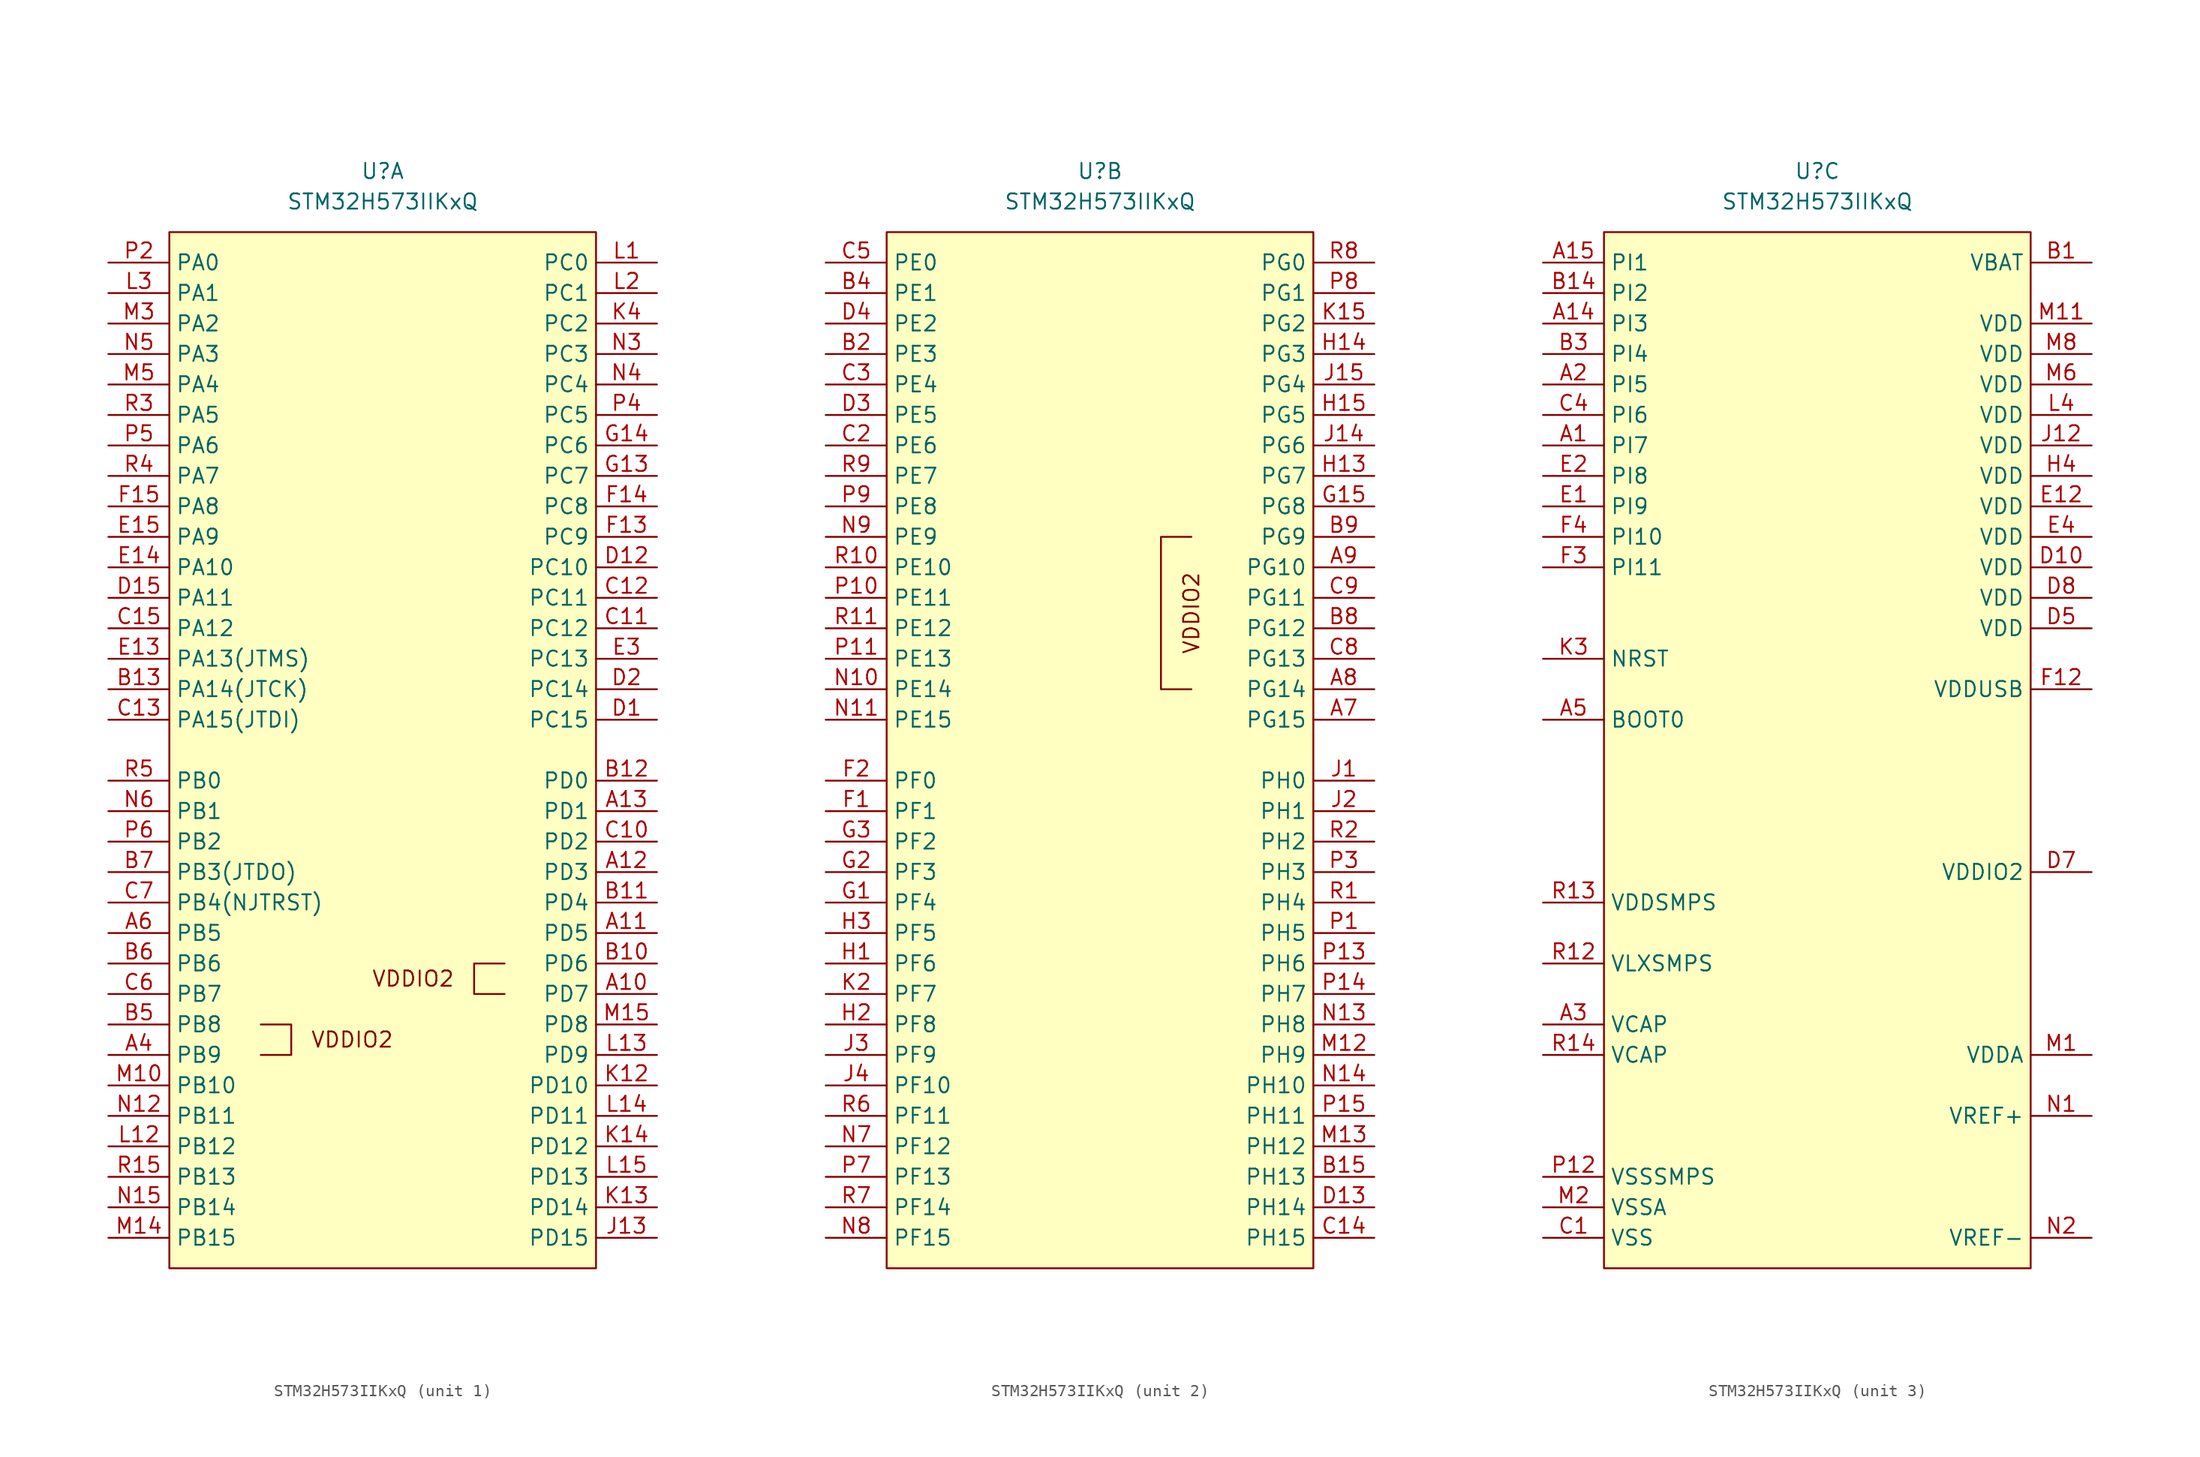
<source format=kicad_sym>
(kicad_symbol_lib
  (version 20241209)
  (generator "kicad_symbol_editor")
  (generator_version "9.0")
  (symbol "STM32H573IIKxQ"
    (property "Reference" "U"
      (at 0 5.08 0)
      (effects (font (size 1.27 1.27))))
    (property "Value" "STM32H573IIKxQ"
      (at 0 2.54 0)
      (effects (font (size 1.27 1.27))))
    (property "ki_locked" ""
      (at 0 0 0)
      (effects (font (size 1.27 1.27))))
    (symbol "STM32H573IIKxQ_1_1"
      (rectangle (start -17.78 0) (end 17.78 -86.36) (stroke (width 0) (type solid)) (fill (type background)))
      (polyline (pts (xy -10.16 -66.04) (xy -7.62 -66.04) (xy -7.62 -68.58) (xy -10.16 -68.58)) (stroke (width 0) (type default)) (fill (type none)))
      (polyline (pts (xy 10.16 -60.96) (xy 7.62 -60.96) (xy 7.62 -63.5) (xy 10.16 -63.5)) (stroke (width 0) (type default)) (fill (type none)))
      (text "VDDIO2" (at -2.54 -67.31 0) (effects (font (size 1.27 1.27))))
      (text "VDDIO2" (at 2.54 -62.23 0) (effects (font (size 1.27 1.27))))
      (pin bidirectional line (at -22.86 -2.54 0) (length 5.08) (name "PA0" (effects (font (size 1.27 1.27)))) (number "P2" (effects (font (size 1.27 1.27)))) (alternate "ADC1_INN1" bidirectional line) (alternate "ADC1_INP0" bidirectional line) (alternate "ADC2_INN1" bidirectional line) (alternate "ADC2_INP0" bidirectional line) (alternate "ETH_CRS" bidirectional line) (alternate "PWR_WKUP1" bidirectional line) (alternate "SAI2_SD_B" bidirectional line) (alternate "SDMMC2_CMD" bidirectional line) (alternate "SPI3_RDY" bidirectional line) (alternate "SPI6_NSS" bidirectional line) (alternate "TAMP_IN2" bidirectional line) (alternate "TAMP_OUT1" bidirectional line) (alternate "TIM15_BKIN" bidirectional line) (alternate "TIM2_CH1" bidirectional line) (alternate "TIM2_ETR" bidirectional line) (alternate "TIM5_CH1" bidirectional line) (alternate "TIM8_ETR" bidirectional line) (alternate "UART4_TX" bidirectional line) (alternate "USART2_CTS" bidirectional line) (alternate "USART2_NSS" bidirectional line))
      (pin bidirectional line (at -22.86 -5.08 0) (length 5.08) (name "PA1" (effects (font (size 1.27 1.27)))) (number "L3" (effects (font (size 1.27 1.27)))) (alternate "ADC1_INP1" bidirectional line) (alternate "ADC2_INP1" bidirectional line) (alternate "ETH_REF_CLK" bidirectional line) (alternate "ETH_RX_CLK" bidirectional line) (alternate "LPTIM1_IN1" bidirectional line) (alternate "OCTOSPI1_DQS" bidirectional line) (alternate "OCTOSPI1_IO3" bidirectional line) (alternate "SAI2_MCLK_B" bidirectional line) (alternate "TAMP_IN5" bidirectional line) (alternate "TAMP_OUT4" bidirectional line) (alternate "TIM15_CH1N" bidirectional line) (alternate "TIM2_CH2" bidirectional line) (alternate "TIM5_CH2" bidirectional line) (alternate "UART4_RX" bidirectional line) (alternate "USART2_DE" bidirectional line) (alternate "USART2_RTS" bidirectional line))
      (pin bidirectional line (at -22.86 -7.62 0) (length 5.08) (name "PA2" (effects (font (size 1.27 1.27)))) (number "M3" (effects (font (size 1.27 1.27)))) (alternate "ADC1_INP14" bidirectional line) (alternate "ADC2_INP14" bidirectional line) (alternate "ETH_MDIO" bidirectional line) (alternate "LPTIM1_IN2" bidirectional line) (alternate "PWR_WKUP2" bidirectional line) (alternate "SAI2_SCK_B" bidirectional line) (alternate "TAMP_IN4" bidirectional line) (alternate "TAMP_OUT3" bidirectional line) (alternate "TIM15_CH1" bidirectional line) (alternate "TIM2_CH3" bidirectional line) (alternate "TIM5_CH3" bidirectional line) (alternate "USART2_TX" bidirectional line))
      (pin bidirectional line (at -22.86 -10.16 0) (length 5.08) (name "PA3" (effects (font (size 1.27 1.27)))) (number "N5" (effects (font (size 1.27 1.27)))) (alternate "ADC1_INP15" bidirectional line) (alternate "ADC2_INP15" bidirectional line) (alternate "ETH_COL" bidirectional line) (alternate "I2S2_WS" bidirectional line) (alternate "OCTOSPI1_CLK" bidirectional line) (alternate "SAI1_SD_B" bidirectional line) (alternate "SPI2_NSS" bidirectional line) (alternate "TIM15_CH2" bidirectional line) (alternate "TIM2_CH4" bidirectional line) (alternate "TIM5_CH4" bidirectional line) (alternate "USART2_RX" bidirectional line))
      (pin bidirectional line (at -22.86 -12.7 0) (length 5.08) (name "PA4" (effects (font (size 1.27 1.27)))) (number "M5" (effects (font (size 1.27 1.27)))) (alternate "ADC1_INP18" bidirectional line) (alternate "ADC2_INP18" bidirectional line) (alternate "DAC1_OUT1" bidirectional line) (alternate "DCMI_HSYNC" bidirectional line) (alternate "I2S1_WS" bidirectional line) (alternate "I2S3_WS" bidirectional line) (alternate "LPTIM2_CH1" bidirectional line) (alternate "PSSI_DE" bidirectional line) (alternate "SPI1_NSS" bidirectional line) (alternate "SPI3_NSS" bidirectional line) (alternate "SPI6_NSS" bidirectional line) (alternate "TIM5_ETR" bidirectional line) (alternate "USART2_CK" bidirectional line))
      (pin bidirectional line (at -22.86 -15.24 0) (length 5.08) (name "PA5" (effects (font (size 1.27 1.27)))) (number "R3" (effects (font (size 1.27 1.27)))) (alternate "ADC1_INN18" bidirectional line) (alternate "ADC1_INP19" bidirectional line) (alternate "ADC2_INN18" bidirectional line) (alternate "ADC2_INP19" bidirectional line) (alternate "DAC1_OUT2" bidirectional line) (alternate "ETH_TX_EN" bidirectional line) (alternate "I2S1_CK" bidirectional line) (alternate "PSSI_D14" bidirectional line) (alternate "SPI1_SCK" bidirectional line) (alternate "SPI6_SCK" bidirectional line) (alternate "TIM2_CH1" bidirectional line) (alternate "TIM2_ETR" bidirectional line) (alternate "TIM8_CH1N" bidirectional line))
      (pin bidirectional line (at -22.86 -17.78 0) (length 5.08) (name "PA6" (effects (font (size 1.27 1.27)))) (number "P5" (effects (font (size 1.27 1.27)))) (alternate "ADC1_INP3" bidirectional line) (alternate "ADC2_INP3" bidirectional line) (alternate "DCMI_PIXCLK" bidirectional line) (alternate "I2S1_SDI" bidirectional line) (alternate "OCTOSPI1_IO3" bidirectional line) (alternate "PSSI_PDCK" bidirectional line) (alternate "SPI1_MISO" bidirectional line) (alternate "SPI6_MISO" bidirectional line) (alternate "TIM13_CH1" bidirectional line) (alternate "TIM1_BKIN" bidirectional line) (alternate "TIM3_CH1" bidirectional line) (alternate "TIM8_BKIN" bidirectional line) (alternate "USART11_TX" bidirectional line))
      (pin bidirectional line (at -22.86 -20.32 0) (length 5.08) (name "PA7" (effects (font (size 1.27 1.27)))) (number "R4" (effects (font (size 1.27 1.27)))) (alternate "ADC1_INN3" bidirectional line) (alternate "ADC1_INP7" bidirectional line) (alternate "ADC2_INN3" bidirectional line) (alternate "ADC2_INP7" bidirectional line) (alternate "ETH_CRS_DV" bidirectional line) (alternate "ETH_RX_DV" bidirectional line) (alternate "FMC_NWE" bidirectional line) (alternate "FMC_SDNWE" bidirectional line) (alternate "I2S1_SDO" bidirectional line) (alternate "OCTOSPI1_IO2" bidirectional line) (alternate "SPI1_MOSI" bidirectional line) (alternate "SPI6_MOSI" bidirectional line) (alternate "TIM14_CH1" bidirectional line) (alternate "TIM1_CH1N" bidirectional line) (alternate "TIM3_CH2" bidirectional line) (alternate "TIM8_CH1N" bidirectional line) (alternate "USART11_RX" bidirectional line))
      (pin bidirectional line (at -22.86 -22.86 0) (length 5.08) (name "PA8" (effects (font (size 1.27 1.27)))) (number "F15" (effects (font (size 1.27 1.27)))) (alternate "DCMI_D3" bidirectional line) (alternate "FMC_NOE" bidirectional line) (alternate "I2C3_SCL" bidirectional line) (alternate "PSSI_D3" bidirectional line) (alternate "RCC_MCO_1" bidirectional line) (alternate "SPI1_RDY" bidirectional line) (alternate "TIM1_CH1" bidirectional line) (alternate "TIM8_BKIN2" bidirectional line) (alternate "UART7_RX" bidirectional line) (alternate "USART1_CK" bidirectional line) (alternate "USB_SOF" bidirectional line))
      (pin bidirectional line (at -22.86 -25.4 0) (length 5.08) (name "PA9" (effects (font (size 1.27 1.27)))) (number "E15" (effects (font (size 1.27 1.27)))) (alternate "DAC1_EXTI9" bidirectional line) (alternate "DCMI_D0" bidirectional line) (alternate "ETH_TX_ER" bidirectional line) (alternate "FMC_NWE" bidirectional line) (alternate "I2C3_SMBA" bidirectional line) (alternate "I2S2_CK" bidirectional line) (alternate "LPUART1_TX" bidirectional line) (alternate "PSSI_D0" bidirectional line) (alternate "SPI2_SCK" bidirectional line) (alternate "TIM1_CH2" bidirectional line) (alternate "UCPD1_DB1" bidirectional line) (alternate "USART1_TX" bidirectional line))
      (pin bidirectional line (at -22.86 -27.94 0) (length 5.08) (name "PA10" (effects (font (size 1.27 1.27)))) (number "E14" (effects (font (size 1.27 1.27)))) (alternate "DCMI_D1" bidirectional line) (alternate "FDCAN2_TX" bidirectional line) (alternate "LPTIM2_IN2" bidirectional line) (alternate "LPUART1_RX" bidirectional line) (alternate "PSSI_D1" bidirectional line) (alternate "SDMMC1_D0" bidirectional line) (alternate "TIM1_CH3" bidirectional line) (alternate "UCPD1_FRSTX" bidirectional line) (alternate "USART1_RX" bidirectional line))
      (pin bidirectional line (at -22.86 -30.48 0) (length 5.08) (name "PA11" (effects (font (size 1.27 1.27)))) (number "D15" (effects (font (size 1.27 1.27)))) (alternate "ADC1_EXTI11" bidirectional line) (alternate "ADC2_EXTI11" bidirectional line) (alternate "FDCAN1_RX" bidirectional line) (alternate "I2S2_WS" bidirectional line) (alternate "LPUART1_CTS" bidirectional line) (alternate "SPI2_NSS" bidirectional line) (alternate "TIM1_CH4" bidirectional line) (alternate "UART4_RX" bidirectional line) (alternate "USART1_CTS" bidirectional line) (alternate "USART1_NSS" bidirectional line) (alternate "USB_DM" bidirectional line))
      (pin bidirectional line (at -22.86 -33.02 0) (length 5.08) (name "PA12" (effects (font (size 1.27 1.27)))) (number "C15" (effects (font (size 1.27 1.27)))) (alternate "FDCAN1_TX" bidirectional line) (alternate "I2S2_CK" bidirectional line) (alternate "LPUART1_DE" bidirectional line) (alternate "LPUART1_RTS" bidirectional line) (alternate "SAI2_FS_B" bidirectional line) (alternate "SPI2_SCK" bidirectional line) (alternate "TIM1_ETR" bidirectional line) (alternate "UART4_TX" bidirectional line) (alternate "USART1_DE" bidirectional line) (alternate "USART1_RTS" bidirectional line) (alternate "USB_DP" bidirectional line))
      (pin bidirectional line (at -22.86 -35.56 0) (length 5.08) (name "PA13(JTMS)" (effects (font (size 1.27 1.27)))) (number "E13" (effects (font (size 1.27 1.27)))) (alternate "DEBUG_JTMS-SWDIO" bidirectional line))
      (pin bidirectional line (at -22.86 -38.1 0) (length 5.08) (name "PA14(JTCK)" (effects (font (size 1.27 1.27)))) (number "B13" (effects (font (size 1.27 1.27)))) (alternate "DEBUG_JTCK-SWCLK" bidirectional line))
      (pin bidirectional line (at -22.86 -40.64 0) (length 5.08) (name "PA15(JTDI)" (effects (font (size 1.27 1.27)))) (number "C13" (effects (font (size 1.27 1.27)))) (alternate "ADC1_EXTI15" bidirectional line) (alternate "ADC2_EXTI15" bidirectional line) (alternate "CEC" bidirectional line) (alternate "DCMI_D11" bidirectional line) (alternate "DEBUG_JTDI" bidirectional line) (alternate "FMC_NBL1" bidirectional line) (alternate "I2S1_WS" bidirectional line) (alternate "I2S3_WS" bidirectional line) (alternate "LPTIM3_IN2" bidirectional line) (alternate "PSSI_D11" bidirectional line) (alternate "SPI1_NSS" bidirectional line) (alternate "SPI3_NSS" bidirectional line) (alternate "SPI6_NSS" bidirectional line) (alternate "TIM2_CH1" bidirectional line) (alternate "TIM2_ETR" bidirectional line) (alternate "UART4_DE" bidirectional line) (alternate "UART4_RTS" bidirectional line) (alternate "UART7_TX" bidirectional line))
      (pin bidirectional line (at -22.86 -45.72 0) (length 5.08) (name "PB0" (effects (font (size 1.27 1.27)))) (number "R5" (effects (font (size 1.27 1.27)))) (alternate "ADC1_INN5" bidirectional line) (alternate "ADC1_INP9" bidirectional line) (alternate "ADC2_INN5" bidirectional line) (alternate "ADC2_INP9" bidirectional line) (alternate "ETH_RXD2" bidirectional line) (alternate "LPTIM3_CH1" bidirectional line) (alternate "OCTOSPI1_IO1" bidirectional line) (alternate "TIM1_CH2N" bidirectional line) (alternate "TIM3_CH3" bidirectional line) (alternate "TIM8_CH2N" bidirectional line) (alternate "UART4_CTS" bidirectional line) (alternate "USART11_CK" bidirectional line))
      (pin bidirectional line (at -22.86 -48.26 0) (length 5.08) (name "PB1" (effects (font (size 1.27 1.27)))) (number "N6" (effects (font (size 1.27 1.27)))) (alternate "ADC1_INP5" bidirectional line) (alternate "ADC2_INP5" bidirectional line) (alternate "ETH_RXD3" bidirectional line) (alternate "LPTIM3_CH2" bidirectional line) (alternate "OCTOSPI1_IO0" bidirectional line) (alternate "TIM1_CH3N" bidirectional line) (alternate "TIM3_CH4" bidirectional line) (alternate "TIM8_CH3N" bidirectional line))
      (pin bidirectional line (at -22.86 -50.8 0) (length 5.08) (name "PB2" (effects (font (size 1.27 1.27)))) (number "P6" (effects (font (size 1.27 1.27)))) (alternate "I2S3_SDO" bidirectional line) (alternate "LPTIM1_CH1" bidirectional line) (alternate "LPTIM5_ETR" bidirectional line) (alternate "OCTOSPI1_CLK" bidirectional line) (alternate "OCTOSPI1_DQS" bidirectional line) (alternate "RCC_LSCO" bidirectional line) (alternate "RTC_OUT2" bidirectional line) (alternate "SAI1_D1" bidirectional line) (alternate "SAI1_SD_A" bidirectional line) (alternate "SDMMC1_CMD" bidirectional line) (alternate "SPI1_RDY" bidirectional line) (alternate "SPI3_MOSI" bidirectional line) (alternate "TIM8_CH4N" bidirectional line))
      (pin bidirectional line (at -22.86 -53.34 0) (length 5.08) (name "PB3(JTDO)" (effects (font (size 1.27 1.27)))) (number "B7" (effects (font (size 1.27 1.27)))) (alternate "CRS_SYNC" bidirectional line) (alternate "DEBUG_JTDO-SWO" bidirectional line) (alternate "I2C2_SDA" bidirectional line) (alternate "I2S1_CK" bidirectional line) (alternate "I2S3_CK" bidirectional line) (alternate "LPTIM6_ETR" bidirectional line) (alternate "SDMMC2_D2" bidirectional line) (alternate "SPI1_SCK" bidirectional line) (alternate "SPI3_SCK" bidirectional line) (alternate "SPI6_SCK" bidirectional line) (alternate "TIM2_CH2" bidirectional line) (alternate "UART12_CTS" bidirectional line) (alternate "UART7_RX" bidirectional line))
      (pin bidirectional line (at -22.86 -55.88 0) (length 5.08) (name "PB4(NJTRST)" (effects (font (size 1.27 1.27)))) (number "C7" (effects (font (size 1.27 1.27)))) (alternate "DCMI_D7" bidirectional line) (alternate "DEBUG_JTRST" bidirectional line) (alternate "I2S1_SDI" bidirectional line) (alternate "I2S2_WS" bidirectional line) (alternate "I2S3_SDI" bidirectional line) (alternate "LPTIM1_CH2" bidirectional line) (alternate "OCTOSPI1_CLK" bidirectional line) (alternate "PSSI_D7" bidirectional line) (alternate "SDMMC2_D3" bidirectional line) (alternate "SPI1_MISO" bidirectional line) (alternate "SPI2_NSS" bidirectional line) (alternate "SPI3_MISO" bidirectional line) (alternate "SPI6_MISO" bidirectional line) (alternate "TIM16_BKIN" bidirectional line) (alternate "TIM3_CH1" bidirectional line) (alternate "UART7_TX" bidirectional line))
      (pin bidirectional line (at -22.86 -58.42 0) (length 5.08) (name "PB5" (effects (font (size 1.27 1.27)))) (number "A6" (effects (font (size 1.27 1.27)))) (alternate "DCMI_D10" bidirectional line) (alternate "ETH_PPS_OUT" bidirectional line) (alternate "FDCAN2_RX" bidirectional line) (alternate "FMC_SDCKE1" bidirectional line) (alternate "I2C1_SMBA" bidirectional line) (alternate "I2C4_SMBA" bidirectional line) (alternate "I2S1_SDO" bidirectional line) (alternate "I2S3_SDO" bidirectional line) (alternate "OCTOSPI1_NCLK" bidirectional line) (alternate "PSSI_D10" bidirectional line) (alternate "SPI1_MOSI" bidirectional line) (alternate "SPI3_MOSI" bidirectional line) (alternate "SPI6_MOSI" bidirectional line) (alternate "TIM17_BKIN" bidirectional line) (alternate "TIM3_CH2" bidirectional line) (alternate "UART5_RX" bidirectional line))
      (pin bidirectional line (at -22.86 -60.96 0) (length 5.08) (name "PB6" (effects (font (size 1.27 1.27)))) (number "B6" (effects (font (size 1.27 1.27)))) (alternate "CEC" bidirectional line) (alternate "DCMI_D5" bidirectional line) (alternate "FDCAN2_TX" bidirectional line) (alternate "FMC_SDNE1" bidirectional line) (alternate "I2C1_SCL" bidirectional line) (alternate "I2C4_SCL" bidirectional line) (alternate "I3C1_SCL" bidirectional line) (alternate "LPUART1_TX" bidirectional line) (alternate "OCTOSPI1_NCS" bidirectional line) (alternate "PSSI_D5" bidirectional line) (alternate "TIM16_CH1N" bidirectional line) (alternate "TIM4_CH1" bidirectional line) (alternate "UART5_TX" bidirectional line) (alternate "USART1_TX" bidirectional line))
      (pin bidirectional line (at -22.86 -63.5 0) (length 5.08) (name "PB7" (effects (font (size 1.27 1.27)))) (number "C6" (effects (font (size 1.27 1.27)))) (alternate "DCMI_VSYNC" bidirectional line) (alternate "FDCAN1_TX" bidirectional line) (alternate "FMC_NL" bidirectional line) (alternate "I2C1_SDA" bidirectional line) (alternate "I2C4_SDA" bidirectional line) (alternate "I3C1_SDA" bidirectional line) (alternate "LPUART1_RX" bidirectional line) (alternate "PSSI_RDY" bidirectional line) (alternate "PWR_WKUP5" bidirectional line) (alternate "SDMMC2_CKIN" bidirectional line) (alternate "SDMMC2_D5" bidirectional line) (alternate "TIM17_CH1N" bidirectional line) (alternate "TIM4_CH2" bidirectional line) (alternate "USART1_RX" bidirectional line))
      (pin bidirectional line (at -22.86 -66.04 0) (length 5.08) (name "PB8" (effects (font (size 1.27 1.27)))) (number "B5" (effects (font (size 1.27 1.27)))) (alternate "DCMI_D6" bidirectional line) (alternate "ETH_TXD3" bidirectional line) (alternate "FDCAN1_RX" bidirectional line) (alternate "I2C1_SCL" bidirectional line) (alternate "I2C4_SCL" bidirectional line) (alternate "I3C1_SCL" bidirectional line) (alternate "PSSI_D6" bidirectional line) (alternate "SDMMC1_CKIN" bidirectional line) (alternate "SDMMC1_D4" bidirectional line) (alternate "SDMMC2_D4" bidirectional line) (alternate "SPI4_RDY" bidirectional line) (alternate "TIM16_CH1" bidirectional line) (alternate "TIM4_CH3" bidirectional line) (alternate "UART4_RX" bidirectional line))
      (pin bidirectional line (at -22.86 -68.58 0) (length 5.08) (name "PB9" (effects (font (size 1.27 1.27)))) (number "A4" (effects (font (size 1.27 1.27)))) (alternate "DAC1_EXTI9" bidirectional line) (alternate "DCMI_D7" bidirectional line) (alternate "FDCAN1_TX" bidirectional line) (alternate "I2C1_SDA" bidirectional line) (alternate "I2C4_SDA" bidirectional line) (alternate "I2S2_WS" bidirectional line) (alternate "I3C1_SDA" bidirectional line) (alternate "PSSI_D7" bidirectional line) (alternate "SDMMC1_CDIR" bidirectional line) (alternate "SDMMC1_D5" bidirectional line) (alternate "SDMMC2_CKIN" bidirectional line) (alternate "SDMMC2_D5" bidirectional line) (alternate "SPI2_NSS" bidirectional line) (alternate "TIM17_CH1" bidirectional line) (alternate "TIM4_CH4" bidirectional line) (alternate "UART4_TX" bidirectional line))
      (pin bidirectional line (at -22.86 -71.12 0) (length 5.08) (name "PB10" (effects (font (size 1.27 1.27)))) (number "M10" (effects (font (size 1.27 1.27)))) (alternate "ETH_RX_ER" bidirectional line) (alternate "I2C2_SCL" bidirectional line) (alternate "I2S2_CK" bidirectional line) (alternate "LPTIM2_IN1" bidirectional line) (alternate "LPTIM3_CH1" bidirectional line) (alternate "OCTOSPI1_NCS" bidirectional line) (alternate "SPI2_SCK" bidirectional line) (alternate "TIM2_CH3" bidirectional line) (alternate "USART3_TX" bidirectional line))
      (pin bidirectional line (at -22.86 -73.66 0) (length 5.08) (name "PB11" (effects (font (size 1.27 1.27)))) (number "N12" (effects (font (size 1.27 1.27)))) (alternate "ADC1_EXTI11" bidirectional line) (alternate "ADC2_EXTI11" bidirectional line) (alternate "ETH_TX_EN" bidirectional line) (alternate "FMC_NBL1" bidirectional line) (alternate "I2C2_SDA" bidirectional line) (alternate "LPTIM2_ETR" bidirectional line) (alternate "SPI2_RDY" bidirectional line) (alternate "SPI4_RDY" bidirectional line) (alternate "TIM2_CH4" bidirectional line) (alternate "USART3_RX" bidirectional line))
      (pin bidirectional line (at -22.86 -76.2 0) (length 5.08) (name "PB12" (effects (font (size 1.27 1.27)))) (number "L12" (effects (font (size 1.27 1.27)))) (alternate "ETH_TXD0" bidirectional line) (alternate "FDCAN2_RX" bidirectional line) (alternate "I2C2_SDA" bidirectional line) (alternate "I2S2_WS" bidirectional line) (alternate "OCTOSPI1_NCLK" bidirectional line) (alternate "SPI2_NSS" bidirectional line) (alternate "TIM1_BKIN" bidirectional line) (alternate "UART5_RX" bidirectional line) (alternate "UCPD1_FRSTX" bidirectional line) (alternate "USART3_CK" bidirectional line))
      (pin bidirectional line (at -22.86 -78.74 0) (length 5.08) (name "PB13" (effects (font (size 1.27 1.27)))) (number "R15" (effects (font (size 1.27 1.27)))) (alternate "FDCAN2_TX" bidirectional line) (alternate "I2C2_SMBA" bidirectional line) (alternate "I2S2_CK" bidirectional line) (alternate "LPTIM2_CH1" bidirectional line) (alternate "LPTIM3_IN1" bidirectional line) (alternate "SDMMC1_D0" bidirectional line) (alternate "SPI2_SCK" bidirectional line) (alternate "TIM1_CH1N" bidirectional line) (alternate "UART5_TX" bidirectional line) (alternate "UCPD1_CC1" bidirectional line) (alternate "USART3_CTS" bidirectional line) (alternate "USART3_NSS" bidirectional line))
      (pin bidirectional line (at -22.86 -81.28 0) (length 5.08) (name "PB14" (effects (font (size 1.27 1.27)))) (number "N15" (effects (font (size 1.27 1.27)))) (alternate "I2S2_SDI" bidirectional line) (alternate "LPTIM3_ETR" bidirectional line) (alternate "SDMMC2_D0" bidirectional line) (alternate "SPI2_MISO" bidirectional line) (alternate "TIM12_CH1" bidirectional line) (alternate "TIM1_CH2N" bidirectional line) (alternate "TIM8_CH2N" bidirectional line) (alternate "UART4_DE" bidirectional line) (alternate "UART4_RTS" bidirectional line) (alternate "UCPD1_CC2" bidirectional line) (alternate "USART1_TX" bidirectional line) (alternate "USART3_DE" bidirectional line) (alternate "USART3_RTS" bidirectional line))
      (pin bidirectional line (at -22.86 -83.82 0) (length 5.08) (name "PB15" (effects (font (size 1.27 1.27)))) (number "M14" (effects (font (size 1.27 1.27)))) (alternate "ADC1_EXTI15" bidirectional line) (alternate "ADC2_EXTI15" bidirectional line) (alternate "DCMI_D2" bidirectional line) (alternate "ETH_TXD1" bidirectional line) (alternate "I2S2_SDO" bidirectional line) (alternate "OCTOSPI1_CLK" bidirectional line) (alternate "PSSI_D2" bidirectional line) (alternate "PWR_PVD_IN" bidirectional line) (alternate "RTC_REFIN" bidirectional line) (alternate "SDMMC2_D1" bidirectional line) (alternate "SPI2_MOSI" bidirectional line) (alternate "TIM12_CH2" bidirectional line) (alternate "TIM1_CH3N" bidirectional line) (alternate "TIM8_CH3N" bidirectional line) (alternate "UART4_CTS" bidirectional line) (alternate "UART5_RX" bidirectional line) (alternate "USART11_CTS" bidirectional line) (alternate "USART11_NSS" bidirectional line) (alternate "USART1_RX" bidirectional line))
      (pin bidirectional line (at 22.86 -2.54 180) (length 5.08) (name "PC0" (effects (font (size 1.27 1.27)))) (number "L1" (effects (font (size 1.27 1.27)))) (alternate "ADC1_INP10" bidirectional line) (alternate "ADC2_INP10" bidirectional line) (alternate "FMC_A25" bidirectional line) (alternate "FMC_SDNWE" bidirectional line) (alternate "OCTOSPI1_IO7" bidirectional line) (alternate "SAI1_MCLK_A" bidirectional line) (alternate "SAI2_FS_B" bidirectional line) (alternate "SPI2_RDY" bidirectional line) (alternate "TIM16_BKIN" bidirectional line))
      (pin bidirectional line (at 22.86 -5.08 180) (length 5.08) (name "PC1" (effects (font (size 1.27 1.27)))) (number "L2" (effects (font (size 1.27 1.27)))) (alternate "ADC1_INN10" bidirectional line) (alternate "ADC1_INP11" bidirectional line) (alternate "ADC2_INN10" bidirectional line) (alternate "ADC2_INP11" bidirectional line) (alternate "DEBUG_TRACED0" bidirectional line) (alternate "ETH_MDC" bidirectional line) (alternate "I2S2_SDO" bidirectional line) (alternate "OCTOSPI1_IO4" bidirectional line) (alternate "PWR_WKUP6" bidirectional line) (alternate "SAI1_D1" bidirectional line) (alternate "SAI1_SD_A" bidirectional line) (alternate "SAI2_SD_A" bidirectional line) (alternate "SDMMC2_CK" bidirectional line) (alternate "SPI2_MOSI" bidirectional line) (alternate "TAMP_IN3" bidirectional line) (alternate "TAMP_OUT5" bidirectional line) (alternate "USART11_DE" bidirectional line) (alternate "USART11_RTS" bidirectional line))
      (pin bidirectional line (at 22.86 -7.62 180) (length 5.08) (name "PC2" (effects (font (size 1.27 1.27)))) (number "K4" (effects (font (size 1.27 1.27)))) (alternate "ADC1_INN11" bidirectional line) (alternate "ADC1_INP12" bidirectional line) (alternate "ADC2_INN11" bidirectional line) (alternate "ADC2_INP12" bidirectional line) (alternate "ETH_TXD2" bidirectional line) (alternate "FMC_SDNE0" bidirectional line) (alternate "I2S2_SDI" bidirectional line) (alternate "OCTOSPI1_IO2" bidirectional line) (alternate "OCTOSPI1_IO5" bidirectional line) (alternate "PWR_CSLEEP" bidirectional line) (alternate "SPI2_MISO" bidirectional line) (alternate "TIM17_CH1" bidirectional line) (alternate "TIM4_CH4" bidirectional line))
      (pin bidirectional line (at 22.86 -10.16 180) (length 5.08) (name "PC3" (effects (font (size 1.27 1.27)))) (number "N3" (effects (font (size 1.27 1.27)))) (alternate "ADC1_INN12" bidirectional line) (alternate "ADC1_INP13" bidirectional line) (alternate "ADC2_INN12" bidirectional line) (alternate "ADC2_INP13" bidirectional line) (alternate "ETH_TX_CLK" bidirectional line) (alternate "FMC_SDCKE0" bidirectional line) (alternate "I2S2_SDO" bidirectional line) (alternate "LPTIM3_CH1" bidirectional line) (alternate "OCTOSPI1_IO0" bidirectional line) (alternate "OCTOSPI1_IO6" bidirectional line) (alternate "PWR_CSTOP" bidirectional line) (alternate "SAI1_D3" bidirectional line) (alternate "SPI2_MOSI" bidirectional line))
      (pin bidirectional line (at 22.86 -12.7 180) (length 5.08) (name "PC4" (effects (font (size 1.27 1.27)))) (number "N4" (effects (font (size 1.27 1.27)))) (alternate "ADC1_INP4" bidirectional line) (alternate "ADC2_INP4" bidirectional line) (alternate "ETH_RXD0" bidirectional line) (alternate "FMC_SDNE0" bidirectional line) (alternate "I2S1_MCK" bidirectional line) (alternate "LPTIM2_ETR" bidirectional line) (alternate "SAI1_CK1" bidirectional line) (alternate "TIM2_CH4" bidirectional line) (alternate "USART3_RX" bidirectional line))
      (pin bidirectional line (at 22.86 -15.24 180) (length 5.08) (name "PC5" (effects (font (size 1.27 1.27)))) (number "P4" (effects (font (size 1.27 1.27)))) (alternate "ADC1_INN4" bidirectional line) (alternate "ADC1_INP8" bidirectional line) (alternate "ADC2_INN4" bidirectional line) (alternate "ADC2_INP8" bidirectional line) (alternate "ETH_RXD1" bidirectional line) (alternate "FMC_SDCKE0" bidirectional line) (alternate "OCTOSPI1_DQS" bidirectional line) (alternate "PSSI_D15" bidirectional line) (alternate "SAI1_D3" bidirectional line) (alternate "SAI1_FS_A" bidirectional line) (alternate "TIM1_CH4N" bidirectional line) (alternate "UART12_DE" bidirectional line) (alternate "UART12_RTS" bidirectional line))
      (pin bidirectional line (at 22.86 -17.78 180) (length 5.08) (name "PC6" (effects (font (size 1.27 1.27)))) (number "G14" (effects (font (size 1.27 1.27)))) (alternate "DCMI_D0" bidirectional line) (alternate "FMC_NWAIT" bidirectional line) (alternate "I2S2_MCK" bidirectional line) (alternate "OCTOSPI1_IO5" bidirectional line) (alternate "PSSI_D0" bidirectional line) (alternate "SAI1_SCK_A" bidirectional line) (alternate "SDMMC1_D0DIR" bidirectional line) (alternate "SDMMC1_D6" bidirectional line) (alternate "SDMMC2_D6" bidirectional line) (alternate "TIM3_CH1" bidirectional line) (alternate "TIM8_CH1" bidirectional line) (alternate "USART6_TX" bidirectional line))
      (pin bidirectional line (at 22.86 -20.32 180) (length 5.08) (name "PC7" (effects (font (size 1.27 1.27)))) (number "G13" (effects (font (size 1.27 1.27)))) (alternate "DCMI_D1" bidirectional line) (alternate "DEBUG_TRGIO" bidirectional line) (alternate "FMC_NE1" bidirectional line) (alternate "I2S3_MCK" bidirectional line) (alternate "OCTOSPI1_IO6" bidirectional line) (alternate "PSSI_D1" bidirectional line) (alternate "SDMMC1_D123DIR" bidirectional line) (alternate "SDMMC1_D7" bidirectional line) (alternate "SDMMC2_D7" bidirectional line) (alternate "TIM3_CH2" bidirectional line) (alternate "TIM8_CH2" bidirectional line) (alternate "USART6_RX" bidirectional line))
      (pin bidirectional line (at 22.86 -22.86 180) (length 5.08) (name "PC8" (effects (font (size 1.27 1.27)))) (number "F14" (effects (font (size 1.27 1.27)))) (alternate "DCMI_D2" bidirectional line) (alternate "DEBUG_TRACED1" bidirectional line) (alternate "FMC_ALE" bidirectional line) (alternate "FMC_INT" bidirectional line) (alternate "FMC_NCE" bidirectional line) (alternate "FMC_NE2" bidirectional line) (alternate "PSSI_D2" bidirectional line) (alternate "SDMMC1_D0" bidirectional line) (alternate "TIM3_CH3" bidirectional line) (alternate "TIM8_CH3" bidirectional line) (alternate "UART5_DE" bidirectional line) (alternate "UART5_RTS" bidirectional line) (alternate "USART6_CK" bidirectional line))
      (pin bidirectional line (at 22.86 -25.4 180) (length 5.08) (name "PC9" (effects (font (size 1.27 1.27)))) (number "F13" (effects (font (size 1.27 1.27)))) (alternate "AUDIOCLK" bidirectional line) (alternate "DAC1_EXTI9" bidirectional line) (alternate "DCMI_D3" bidirectional line) (alternate "FMC_CLE" bidirectional line) (alternate "I2C3_SDA" bidirectional line) (alternate "OCTOSPI1_IO0" bidirectional line) (alternate "PSSI_D3" bidirectional line) (alternate "RCC_MCO_2" bidirectional line) (alternate "SDMMC1_D1" bidirectional line) (alternate "TIM3_CH4" bidirectional line) (alternate "TIM8_CH4" bidirectional line) (alternate "UART5_CTS" bidirectional line) (alternate "UCPD1_DB2" bidirectional line))
      (pin bidirectional line (at 22.86 -27.94 180) (length 5.08) (name "PC10" (effects (font (size 1.27 1.27)))) (number "D12" (effects (font (size 1.27 1.27)))) (alternate "DCMI_D8" bidirectional line) (alternate "ETH_TXD0" bidirectional line) (alternate "I2S3_CK" bidirectional line) (alternate "LPTIM3_ETR" bidirectional line) (alternate "OCTOSPI1_IO1" bidirectional line) (alternate "PSSI_D8" bidirectional line) (alternate "SDMMC1_D2" bidirectional line) (alternate "SPI3_SCK" bidirectional line) (alternate "UART4_TX" bidirectional line) (alternate "USART3_TX" bidirectional line))
      (pin bidirectional line (at 22.86 -30.48 180) (length 5.08) (name "PC11" (effects (font (size 1.27 1.27)))) (number "C12" (effects (font (size 1.27 1.27)))) (alternate "ADC1_EXTI11" bidirectional line) (alternate "ADC2_EXTI11" bidirectional line) (alternate "DCMI_D4" bidirectional line) (alternate "I2S3_SDI" bidirectional line) (alternate "LPTIM3_IN1" bidirectional line) (alternate "OCTOSPI1_NCS" bidirectional line) (alternate "PSSI_D4" bidirectional line) (alternate "SDMMC1_D3" bidirectional line) (alternate "SPI3_MISO" bidirectional line) (alternate "UART4_RX" bidirectional line) (alternate "USART3_RX" bidirectional line))
      (pin bidirectional line (at 22.86 -33.02 180) (length 5.08) (name "PC12" (effects (font (size 1.27 1.27)))) (number "C11" (effects (font (size 1.27 1.27)))) (alternate "DCMI_D9" bidirectional line) (alternate "DEBUG_TRACED3" bidirectional line) (alternate "I2S3_SDO" bidirectional line) (alternate "PSSI_D9" bidirectional line) (alternate "SDMMC1_CK" bidirectional line) (alternate "SPI3_MOSI" bidirectional line) (alternate "SPI6_SCK" bidirectional line) (alternate "TIM15_CH1" bidirectional line) (alternate "UART5_TX" bidirectional line) (alternate "USART3_CK" bidirectional line))
      (pin bidirectional line (at 22.86 -35.56 180) (length 5.08) (name "PC13" (effects (font (size 1.27 1.27)))) (number "E3" (effects (font (size 1.27 1.27)))) (alternate "PWR_WKUP4" bidirectional line) (alternate "RTC_OUT1" bidirectional line) (alternate "RTC_TS" bidirectional line) (alternate "TAMP_IN1" bidirectional line) (alternate "TAMP_OUT2" bidirectional line) (alternate "TAMP_OUT3" bidirectional line))
      (pin bidirectional line (at 22.86 -38.1 180) (length 5.08) (name "PC14" (effects (font (size 1.27 1.27)))) (number "D2" (effects (font (size 1.27 1.27)))) (alternate "RCC_OSC32_IN" bidirectional line))
      (pin bidirectional line (at 22.86 -40.64 180) (length 5.08) (name "PC15" (effects (font (size 1.27 1.27)))) (number "D1" (effects (font (size 1.27 1.27)))) (alternate "ADC1_EXTI15" bidirectional line) (alternate "ADC2_EXTI15" bidirectional line) (alternate "RCC_OSC32_OUT" bidirectional line))
      (pin bidirectional line (at 22.86 -45.72 180) (length 5.08) (name "PD0" (effects (font (size 1.27 1.27)))) (number "B12" (effects (font (size 1.27 1.27)))) (alternate "FDCAN1_RX" bidirectional line) (alternate "FMC_D2" bidirectional line) (alternate "FMC_DA2" bidirectional line) (alternate "TIM8_CH4N" bidirectional line) (alternate "UART4_RX" bidirectional line) (alternate "UART9_CTS" bidirectional line))
      (pin bidirectional line (at 22.86 -48.26 180) (length 5.08) (name "PD1" (effects (font (size 1.27 1.27)))) (number "A13" (effects (font (size 1.27 1.27)))) (alternate "FDCAN1_TX" bidirectional line) (alternate "FMC_D3" bidirectional line) (alternate "FMC_DA3" bidirectional line) (alternate "UART4_TX" bidirectional line))
      (pin bidirectional line (at 22.86 -50.8 180) (length 5.08) (name "PD2" (effects (font (size 1.27 1.27)))) (number "C10" (effects (font (size 1.27 1.27)))) (alternate "DCMI_D11" bidirectional line) (alternate "DEBUG_TRACED2" bidirectional line) (alternate "LPTIM4_ETR" bidirectional line) (alternate "PSSI_D11" bidirectional line) (alternate "PWR_WKUP7" bidirectional line) (alternate "SDMMC1_CMD" bidirectional line) (alternate "TIM15_BKIN" bidirectional line) (alternate "TIM3_ETR" bidirectional line) (alternate "UART5_RX" bidirectional line))
      (pin bidirectional line (at 22.86 -53.34 180) (length 5.08) (name "PD3" (effects (font (size 1.27 1.27)))) (number "A12" (effects (font (size 1.27 1.27)))) (alternate "DCMI_D5" bidirectional line) (alternate "FMC_CLK" bidirectional line) (alternate "I2S2_CK" bidirectional line) (alternate "PSSI_D5" bidirectional line) (alternate "PWR_WKUP8" bidirectional line) (alternate "SPI2_SCK" bidirectional line) (alternate "USART2_CTS" bidirectional line) (alternate "USART2_NSS" bidirectional line))
      (pin bidirectional line (at 22.86 -55.88 180) (length 5.08) (name "PD4" (effects (font (size 1.27 1.27)))) (number "B11" (effects (font (size 1.27 1.27)))) (alternate "FMC_NOE" bidirectional line) (alternate "OCTOSPI1_IO4" bidirectional line) (alternate "USART2_DE" bidirectional line) (alternate "USART2_RTS" bidirectional line))
      (pin bidirectional line (at 22.86 -58.42 180) (length 5.08) (name "PD5" (effects (font (size 1.27 1.27)))) (number "A11" (effects (font (size 1.27 1.27)))) (alternate "FDCAN1_TX" bidirectional line) (alternate "FMC_NWE" bidirectional line) (alternate "OCTOSPI1_IO5" bidirectional line) (alternate "SPI2_RDY" bidirectional line) (alternate "TIM1_CH4N" bidirectional line) (alternate "USART2_TX" bidirectional line))
      (pin bidirectional line (at 22.86 -60.96 180) (length 5.08) (name "PD6" (effects (font (size 1.27 1.27)))) (number "B10" (effects (font (size 1.27 1.27)))) (alternate "DCMI_D10" bidirectional line) (alternate "FMC_NWAIT" bidirectional line) (alternate "I2S3_SDO" bidirectional line) (alternate "OCTOSPI1_IO6" bidirectional line) (alternate "PSSI_D10" bidirectional line) (alternate "SAI1_D1" bidirectional line) (alternate "SAI1_SD_A" bidirectional line) (alternate "SDMMC2_CK" bidirectional line) (alternate "SPI3_MOSI" bidirectional line) (alternate "USART2_RX" bidirectional line))
      (pin bidirectional line (at 22.86 -63.5 180) (length 5.08) (name "PD7" (effects (font (size 1.27 1.27)))) (number "A10" (effects (font (size 1.27 1.27)))) (alternate "FMC_NCE" bidirectional line) (alternate "FMC_NE1" bidirectional line) (alternate "I2S1_SDO" bidirectional line) (alternate "LPTIM4_OUT" bidirectional line) (alternate "OCTOSPI1_IO7" bidirectional line) (alternate "SDMMC2_CMD" bidirectional line) (alternate "SPI1_MOSI" bidirectional line) (alternate "USART2_CK" bidirectional line))
      (pin bidirectional line (at 22.86 -66.04 180) (length 5.08) (name "PD8" (effects (font (size 1.27 1.27)))) (number "M15" (effects (font (size 1.27 1.27)))) (alternate "FMC_D13" bidirectional line) (alternate "FMC_DA13" bidirectional line) (alternate "USART3_TX" bidirectional line))
      (pin bidirectional line (at 22.86 -68.58 180) (length 5.08) (name "PD9" (effects (font (size 1.27 1.27)))) (number "L13" (effects (font (size 1.27 1.27)))) (alternate "DAC1_EXTI9" bidirectional line) (alternate "FDCAN2_RX" bidirectional line) (alternate "FMC_D14" bidirectional line) (alternate "FMC_DA14" bidirectional line) (alternate "USART3_RX" bidirectional line))
      (pin bidirectional line (at 22.86 -71.12 180) (length 5.08) (name "PD10" (effects (font (size 1.27 1.27)))) (number "K12" (effects (font (size 1.27 1.27)))) (alternate "FMC_D15" bidirectional line) (alternate "FMC_DA15" bidirectional line) (alternate "LPTIM2_CH2" bidirectional line) (alternate "USART3_CK" bidirectional line))
      (pin bidirectional line (at 22.86 -73.66 180) (length 5.08) (name "PD11" (effects (font (size 1.27 1.27)))) (number "L14" (effects (font (size 1.27 1.27)))) (alternate "ADC1_EXTI11" bidirectional line) (alternate "ADC2_EXTI11" bidirectional line) (alternate "FMC_A16" bidirectional line) (alternate "FMC_CLE" bidirectional line) (alternate "I2C4_SMBA" bidirectional line) (alternate "LPTIM2_IN2" bidirectional line) (alternate "OCTOSPI1_IO0" bidirectional line) (alternate "SAI1_CK1" bidirectional line) (alternate "SAI2_SD_A" bidirectional line) (alternate "UART4_RX" bidirectional line) (alternate "USART3_CTS" bidirectional line) (alternate "USART3_NSS" bidirectional line))
      (pin bidirectional line (at 22.86 -76.2 180) (length 5.08) (name "PD12" (effects (font (size 1.27 1.27)))) (number "K14" (effects (font (size 1.27 1.27)))) (alternate "DCMI_D12" bidirectional line) (alternate "FMC_A17" bidirectional line) (alternate "FMC_ALE" bidirectional line) (alternate "I2C4_SCL" bidirectional line) (alternate "I3C1_SCL" bidirectional line) (alternate "LPTIM1_IN1" bidirectional line) (alternate "LPTIM2_IN1" bidirectional line) (alternate "OCTOSPI1_IO1" bidirectional line) (alternate "PSSI_D12" bidirectional line) (alternate "SAI1_D1" bidirectional line) (alternate "SAI2_FS_A" bidirectional line) (alternate "TIM4_CH1" bidirectional line) (alternate "UART4_TX" bidirectional line) (alternate "USART3_DE" bidirectional line) (alternate "USART3_RTS" bidirectional line))
      (pin bidirectional line (at 22.86 -78.74 180) (length 5.08) (name "PD13" (effects (font (size 1.27 1.27)))) (number "L15" (effects (font (size 1.27 1.27)))) (alternate "DCMI_D13" bidirectional line) (alternate "FMC_A18" bidirectional line) (alternate "I2C4_SDA" bidirectional line) (alternate "I3C1_SDA" bidirectional line) (alternate "LPTIM1_CH1" bidirectional line) (alternate "LPTIM2_CH1" bidirectional line) (alternate "LPTIM4_IN1" bidirectional line) (alternate "OCTOSPI1_IO3" bidirectional line) (alternate "PSSI_D13" bidirectional line) (alternate "SAI2_SCK_A" bidirectional line) (alternate "TIM4_CH2" bidirectional line) (alternate "UART9_DE" bidirectional line) (alternate "UART9_RTS" bidirectional line))
      (pin bidirectional line (at 22.86 -81.28 180) (length 5.08) (name "PD14" (effects (font (size 1.27 1.27)))) (number "K13" (effects (font (size 1.27 1.27)))) (alternate "FMC_D0" bidirectional line) (alternate "FMC_DA0" bidirectional line) (alternate "TIM4_CH3" bidirectional line) (alternate "UART8_CTS" bidirectional line) (alternate "UART9_RX" bidirectional line))
      (pin bidirectional line (at 22.86 -83.82 180) (length 5.08) (name "PD15" (effects (font (size 1.27 1.27)))) (number "J13" (effects (font (size 1.27 1.27)))) (alternate "ADC1_EXTI15" bidirectional line) (alternate "ADC2_EXTI15" bidirectional line) (alternate "FMC_D1" bidirectional line) (alternate "FMC_DA1" bidirectional line) (alternate "TIM4_CH4" bidirectional line) (alternate "UART8_DE" bidirectional line) (alternate "UART8_RTS" bidirectional line) (alternate "UART9_TX" bidirectional line)))
    (symbol "STM32H573IIKxQ_2_1"
      (rectangle (start -17.78 0) (end 17.78 -86.36) (stroke (width 0) (type solid)) (fill (type background)))
      (polyline (pts (xy 7.62 -25.4) (xy 5.08 -25.4) (xy 5.08 -38.1) (xy 7.62 -38.1)) (stroke (width 0) (type default)) (fill (type none)))
      (text "VDDIO2" (at 7.62 -31.75 900) (effects (font (size 1.27 1.27))))
      (pin bidirectional line (at -22.86 -2.54 0) (length 5.08) (name "PE0" (effects (font (size 1.27 1.27)))) (number "C5" (effects (font (size 1.27 1.27)))) (alternate "DCMI_D2" bidirectional line) (alternate "FDCAN1_RX" bidirectional line) (alternate "FMC_NBL0" bidirectional line) (alternate "LPTIM1_ETR" bidirectional line) (alternate "LPTIM2_CH2" bidirectional line) (alternate "LPTIM2_ETR" bidirectional line) (alternate "PSSI_D2" bidirectional line) (alternate "SAI2_MCLK_A" bidirectional line) (alternate "SPI3_RDY" bidirectional line) (alternate "TIM4_ETR" bidirectional line) (alternate "UART8_RX" bidirectional line))
      (pin bidirectional line (at -22.86 -5.08 0) (length 5.08) (name "PE1" (effects (font (size 1.27 1.27)))) (number "B4" (effects (font (size 1.27 1.27)))) (alternate "DCMI_D3" bidirectional line) (alternate "FDCAN1_TX" bidirectional line) (alternate "FMC_NBL1" bidirectional line) (alternate "LPTIM1_IN2" bidirectional line) (alternate "PSSI_D3" bidirectional line) (alternate "UART8_TX" bidirectional line))
      (pin bidirectional line (at -22.86 -7.62 0) (length 5.08) (name "PE2" (effects (font (size 1.27 1.27)))) (number "D4" (effects (font (size 1.27 1.27)))) (alternate "DCMI_D3" bidirectional line) (alternate "DEBUG_TRACECLK" bidirectional line) (alternate "ETH_TXD3" bidirectional line) (alternate "FMC_A23" bidirectional line) (alternate "LPTIM1_IN2" bidirectional line) (alternate "OCTOSPI1_IO2" bidirectional line) (alternate "PSSI_D3" bidirectional line) (alternate "SAI1_CK1" bidirectional line) (alternate "SAI1_MCLK_A" bidirectional line) (alternate "SPI4_SCK" bidirectional line) (alternate "UART8_TX" bidirectional line) (alternate "USART10_RX" bidirectional line))
      (pin bidirectional line (at -22.86 -10.16 0) (length 5.08) (name "PE3" (effects (font (size 1.27 1.27)))) (number "B2" (effects (font (size 1.27 1.27)))) (alternate "DEBUG_TRACED0" bidirectional line) (alternate "FMC_A19" bidirectional line) (alternate "SAI1_SD_B" bidirectional line) (alternate "TAMP_IN6" bidirectional line) (alternate "TAMP_OUT3" bidirectional line) (alternate "TIM15_BKIN" bidirectional line) (alternate "USART10_TX" bidirectional line))
      (pin bidirectional line (at -22.86 -12.7 0) (length 5.08) (name "PE4" (effects (font (size 1.27 1.27)))) (number "C3" (effects (font (size 1.27 1.27)))) (alternate "DCMI_D4" bidirectional line) (alternate "DEBUG_TRACED1" bidirectional line) (alternate "FMC_A20" bidirectional line) (alternate "PSSI_D4" bidirectional line) (alternate "SAI1_D2" bidirectional line) (alternate "SAI1_FS_A" bidirectional line) (alternate "SPI4_NSS" bidirectional line) (alternate "TAMP_IN7" bidirectional line) (alternate "TAMP_OUT8" bidirectional line) (alternate "TIM15_CH1N" bidirectional line))
      (pin bidirectional line (at -22.86 -15.24 0) (length 5.08) (name "PE5" (effects (font (size 1.27 1.27)))) (number "D3" (effects (font (size 1.27 1.27)))) (alternate "DCMI_D6" bidirectional line) (alternate "DEBUG_TRACED2" bidirectional line) (alternate "FMC_A21" bidirectional line) (alternate "PSSI_D6" bidirectional line) (alternate "SAI1_CK2" bidirectional line) (alternate "SAI1_SCK_A" bidirectional line) (alternate "SPI4_MISO" bidirectional line) (alternate "TAMP_IN8" bidirectional line) (alternate "TAMP_OUT7" bidirectional line) (alternate "TIM15_CH1" bidirectional line))
      (pin bidirectional line (at -22.86 -17.78 0) (length 5.08) (name "PE6" (effects (font (size 1.27 1.27)))) (number "C2" (effects (font (size 1.27 1.27)))) (alternate "DCMI_D7" bidirectional line) (alternate "DEBUG_TRACED3" bidirectional line) (alternate "FMC_A22" bidirectional line) (alternate "PSSI_D7" bidirectional line) (alternate "SAI1_D1" bidirectional line) (alternate "SAI1_SD_A" bidirectional line) (alternate "SAI2_MCLK_B" bidirectional line) (alternate "SPI4_MOSI" bidirectional line) (alternate "TAMP_IN3" bidirectional line) (alternate "TAMP_OUT6" bidirectional line) (alternate "TIM15_CH2" bidirectional line) (alternate "TIM1_BKIN2" bidirectional line))
      (pin bidirectional line (at -22.86 -20.32 0) (length 5.08) (name "PE7" (effects (font (size 1.27 1.27)))) (number "R9" (effects (font (size 1.27 1.27)))) (alternate "FMC_D4" bidirectional line) (alternate "FMC_DA4" bidirectional line) (alternate "OCTOSPI1_IO4" bidirectional line) (alternate "TIM1_ETR" bidirectional line) (alternate "UART12_DE" bidirectional line) (alternate "UART12_RTS" bidirectional line) (alternate "UART7_RX" bidirectional line))
      (pin bidirectional line (at -22.86 -22.86 0) (length 5.08) (name "PE8" (effects (font (size 1.27 1.27)))) (number "P9" (effects (font (size 1.27 1.27)))) (alternate "FMC_D5" bidirectional line) (alternate "FMC_DA5" bidirectional line) (alternate "OCTOSPI1_IO5" bidirectional line) (alternate "TIM1_CH1N" bidirectional line) (alternate "UART12_CTS" bidirectional line) (alternate "UART7_TX" bidirectional line))
      (pin bidirectional line (at -22.86 -25.4 0) (length 5.08) (name "PE9" (effects (font (size 1.27 1.27)))) (number "N9" (effects (font (size 1.27 1.27)))) (alternate "DAC1_EXTI9" bidirectional line) (alternate "FMC_D6" bidirectional line) (alternate "FMC_DA6" bidirectional line) (alternate "OCTOSPI1_IO6" bidirectional line) (alternate "TIM1_CH1" bidirectional line) (alternate "UART12_RX" bidirectional line) (alternate "UART7_DE" bidirectional line) (alternate "UART7_RTS" bidirectional line))
      (pin bidirectional line (at -22.86 -27.94 0) (length 5.08) (name "PE10" (effects (font (size 1.27 1.27)))) (number "R10" (effects (font (size 1.27 1.27)))) (alternate "FMC_D7" bidirectional line) (alternate "FMC_DA7" bidirectional line) (alternate "OCTOSPI1_IO7" bidirectional line) (alternate "TIM1_CH2N" bidirectional line) (alternate "UART12_TX" bidirectional line) (alternate "UART7_CTS" bidirectional line))
      (pin bidirectional line (at -22.86 -30.48 0) (length 5.08) (name "PE11" (effects (font (size 1.27 1.27)))) (number "P10" (effects (font (size 1.27 1.27)))) (alternate "ADC1_EXTI11" bidirectional line) (alternate "ADC2_EXTI11" bidirectional line) (alternate "FMC_D8" bidirectional line) (alternate "FMC_DA8" bidirectional line) (alternate "OCTOSPI1_NCS" bidirectional line) (alternate "SAI2_SD_B" bidirectional line) (alternate "SPI1_RDY" bidirectional line) (alternate "SPI4_NSS" bidirectional line) (alternate "TIM1_CH2" bidirectional line))
      (pin bidirectional line (at -22.86 -33.02 0) (length 5.08) (name "PE12" (effects (font (size 1.27 1.27)))) (number "R11" (effects (font (size 1.27 1.27)))) (alternate "FMC_D9" bidirectional line) (alternate "FMC_DA9" bidirectional line) (alternate "SAI2_SCK_B" bidirectional line) (alternate "SPI4_SCK" bidirectional line) (alternate "TIM1_CH3N" bidirectional line))
      (pin bidirectional line (at -22.86 -35.56 0) (length 5.08) (name "PE13" (effects (font (size 1.27 1.27)))) (number "P11" (effects (font (size 1.27 1.27)))) (alternate "FMC_D10" bidirectional line) (alternate "FMC_DA10" bidirectional line) (alternate "SAI2_FS_B" bidirectional line) (alternate "SPI4_MISO" bidirectional line) (alternate "TIM1_CH3" bidirectional line))
      (pin bidirectional line (at -22.86 -38.1 0) (length 5.08) (name "PE14" (effects (font (size 1.27 1.27)))) (number "N10" (effects (font (size 1.27 1.27)))) (alternate "FMC_D11" bidirectional line) (alternate "FMC_DA11" bidirectional line) (alternate "SAI2_MCLK_B" bidirectional line) (alternate "SPI4_MOSI" bidirectional line) (alternate "TIM1_CH4" bidirectional line))
      (pin bidirectional line (at -22.86 -40.64 0) (length 5.08) (name "PE15" (effects (font (size 1.27 1.27)))) (number "N11" (effects (font (size 1.27 1.27)))) (alternate "ADC1_EXTI15" bidirectional line) (alternate "ADC2_EXTI15" bidirectional line) (alternate "FMC_D12" bidirectional line) (alternate "FMC_DA12" bidirectional line) (alternate "TIM1_BKIN" bidirectional line) (alternate "TIM1_CH4N" bidirectional line) (alternate "USART10_CK" bidirectional line))
      (pin bidirectional line (at -22.86 -45.72 0) (length 5.08) (name "PF0" (effects (font (size 1.27 1.27)))) (number "F2" (effects (font (size 1.27 1.27)))) (alternate "FMC_A0" bidirectional line) (alternate "I2C2_SDA" bidirectional line) (alternate "LPTIM5_CH1" bidirectional line))
      (pin bidirectional line (at -22.86 -48.26 0) (length 5.08) (name "PF1" (effects (font (size 1.27 1.27)))) (number "F1" (effects (font (size 1.27 1.27)))) (alternate "FMC_A1" bidirectional line) (alternate "I2C2_SCL" bidirectional line) (alternate "LPTIM5_CH2" bidirectional line))
      (pin bidirectional line (at -22.86 -50.8 0) (length 5.08) (name "PF2" (effects (font (size 1.27 1.27)))) (number "G3" (effects (font (size 1.27 1.27)))) (alternate "FMC_A2" bidirectional line) (alternate "I2C2_SMBA" bidirectional line) (alternate "LPTIM3_CH2" bidirectional line) (alternate "LPTIM3_IN2" bidirectional line) (alternate "LPTIM5_IN1" bidirectional line) (alternate "UART12_TX" bidirectional line) (alternate "USART11_CK" bidirectional line))
      (pin bidirectional line (at -22.86 -53.34 0) (length 5.08) (name "PF3" (effects (font (size 1.27 1.27)))) (number "G2" (effects (font (size 1.27 1.27)))) (alternate "FMC_A3" bidirectional line) (alternate "LPTIM3_IN1" bidirectional line) (alternate "LPTIM5_IN2" bidirectional line) (alternate "USART11_TX" bidirectional line))
      (pin bidirectional line (at -22.86 -55.88 0) (length 5.08) (name "PF4" (effects (font (size 1.27 1.27)))) (number "G1" (effects (font (size 1.27 1.27)))) (alternate "FMC_A4" bidirectional line) (alternate "LPTIM3_ETR" bidirectional line) (alternate "USART11_RX" bidirectional line))
      (pin bidirectional line (at -22.86 -58.42 0) (length 5.08) (name "PF5" (effects (font (size 1.27 1.27)))) (number "H3" (effects (font (size 1.27 1.27)))) (alternate "FMC_A5" bidirectional line) (alternate "I2C4_SCL" bidirectional line) (alternate "I3C1_SCL" bidirectional line) (alternate "LPTIM3_CH1" bidirectional line) (alternate "LPTIM3_IN1" bidirectional line) (alternate "UART12_RX" bidirectional line) (alternate "USART11_CTS" bidirectional line) (alternate "USART11_NSS" bidirectional line))
      (pin bidirectional line (at -22.86 -60.96 0) (length 5.08) (name "PF6" (effects (font (size 1.27 1.27)))) (number "H1" (effects (font (size 1.27 1.27)))) (alternate "LPTIM5_CH1" bidirectional line) (alternate "OCTOSPI1_IO3" bidirectional line) (alternate "SAI1_SD_B" bidirectional line) (alternate "SPI5_NSS" bidirectional line) (alternate "TIM16_CH1" bidirectional line) (alternate "UART7_RX" bidirectional line))
      (pin bidirectional line (at -22.86 -63.5 0) (length 5.08) (name "PF7" (effects (font (size 1.27 1.27)))) (number "K2" (effects (font (size 1.27 1.27)))) (alternate "LPTIM5_CH2" bidirectional line) (alternate "OCTOSPI1_IO2" bidirectional line) (alternate "SAI1_MCLK_B" bidirectional line) (alternate "SPI5_SCK" bidirectional line) (alternate "TIM17_CH1" bidirectional line) (alternate "UART7_TX" bidirectional line))
      (pin bidirectional line (at -22.86 -66.04 0) (length 5.08) (name "PF8" (effects (font (size 1.27 1.27)))) (number "H2" (effects (font (size 1.27 1.27)))) (alternate "LPTIM5_IN1" bidirectional line) (alternate "OCTOSPI1_IO0" bidirectional line) (alternate "SAI1_SCK_B" bidirectional line) (alternate "SPI5_MISO" bidirectional line) (alternate "TIM13_CH1" bidirectional line) (alternate "TIM16_CH1N" bidirectional line) (alternate "UART7_DE" bidirectional line) (alternate "UART7_RTS" bidirectional line))
      (pin bidirectional line (at -22.86 -68.58 0) (length 5.08) (name "PF9" (effects (font (size 1.27 1.27)))) (number "J3" (effects (font (size 1.27 1.27)))) (alternate "DAC1_EXTI9" bidirectional line) (alternate "LPTIM5_IN2" bidirectional line) (alternate "OCTOSPI1_IO1" bidirectional line) (alternate "SAI1_FS_B" bidirectional line) (alternate "SPI5_MOSI" bidirectional line) (alternate "TIM14_CH1" bidirectional line) (alternate "TIM17_CH1N" bidirectional line) (alternate "UART7_CTS" bidirectional line))
      (pin bidirectional line (at -22.86 -71.12 0) (length 5.08) (name "PF10" (effects (font (size 1.27 1.27)))) (number "J4" (effects (font (size 1.27 1.27)))) (alternate "DCMI_D11" bidirectional line) (alternate "OCTOSPI1_CLK" bidirectional line) (alternate "PSSI_D11" bidirectional line) (alternate "PSSI_D15" bidirectional line) (alternate "SAI1_D3" bidirectional line) (alternate "TIM16_BKIN" bidirectional line))
      (pin bidirectional line (at -22.86 -73.66 0) (length 5.08) (name "PF11" (effects (font (size 1.27 1.27)))) (number "R6" (effects (font (size 1.27 1.27)))) (alternate "ADC1_EXTI11" bidirectional line) (alternate "ADC1_INP2" bidirectional line) (alternate "ADC2_EXTI11" bidirectional line) (alternate "DCMI_D12" bidirectional line) (alternate "FMC_SDNRAS" bidirectional line) (alternate "LPTIM6_CH1" bidirectional line) (alternate "OCTOSPI1_NCLK" bidirectional line) (alternate "PSSI_D12" bidirectional line) (alternate "SAI2_SD_B" bidirectional line) (alternate "SPI5_MOSI" bidirectional line))
      (pin bidirectional line (at -22.86 -76.2 0) (length 5.08) (name "PF12" (effects (font (size 1.27 1.27)))) (number "N7" (effects (font (size 1.27 1.27)))) (alternate "ADC1_INN2" bidirectional line) (alternate "ADC1_INP6" bidirectional line) (alternate "FMC_A6" bidirectional line) (alternate "LPTIM6_CH2" bidirectional line))
      (pin bidirectional line (at -22.86 -78.74 0) (length 5.08) (name "PF13" (effects (font (size 1.27 1.27)))) (number "P7" (effects (font (size 1.27 1.27)))) (alternate "ADC2_INP2" bidirectional line) (alternate "FMC_A7" bidirectional line) (alternate "I2C4_SMBA" bidirectional line) (alternate "LPTIM6_IN1" bidirectional line))
      (pin bidirectional line (at -22.86 -81.28 0) (length 5.08) (name "PF14" (effects (font (size 1.27 1.27)))) (number "R7" (effects (font (size 1.27 1.27)))) (alternate "ADC2_INN2" bidirectional line) (alternate "ADC2_INP6" bidirectional line) (alternate "FMC_A8" bidirectional line) (alternate "LPTIM6_IN2" bidirectional line))
      (pin bidirectional line (at -22.86 -83.82 0) (length 5.08) (name "PF15" (effects (font (size 1.27 1.27)))) (number "N8" (effects (font (size 1.27 1.27)))) (alternate "ADC1_EXTI15" bidirectional line) (alternate "ADC2_EXTI15" bidirectional line) (alternate "FMC_A9" bidirectional line) (alternate "I2C4_SDA" bidirectional line) (alternate "I3C1_SDA" bidirectional line))
      (pin bidirectional line (at 22.86 -2.54 180) (length 5.08) (name "PG0" (effects (font (size 1.27 1.27)))) (number "R8" (effects (font (size 1.27 1.27)))) (alternate "FMC_A10" bidirectional line) (alternate "LPTIM4_IN1" bidirectional line) (alternate "UART9_RX" bidirectional line))
      (pin bidirectional line (at 22.86 -5.08 180) (length 5.08) (name "PG1" (effects (font (size 1.27 1.27)))) (number "P8" (effects (font (size 1.27 1.27)))) (alternate "FMC_A11" bidirectional line) (alternate "I2S2_SDO" bidirectional line) (alternate "SPI2_MOSI" bidirectional line) (alternate "UART9_TX" bidirectional line))
      (pin bidirectional line (at 22.86 -7.62 180) (length 5.08) (name "PG2" (effects (font (size 1.27 1.27)))) (number "K15" (effects (font (size 1.27 1.27)))) (alternate "FMC_A12" bidirectional line) (alternate "LPTIM6_ETR" bidirectional line) (alternate "TIM8_BKIN" bidirectional line) (alternate "UART12_RX" bidirectional line))
      (pin bidirectional line (at 22.86 -10.16 180) (length 5.08) (name "PG3" (effects (font (size 1.27 1.27)))) (number "H14" (effects (font (size 1.27 1.27)))) (alternate "FMC_A13" bidirectional line) (alternate "LPTIM5_ETR" bidirectional line) (alternate "TIM8_BKIN2" bidirectional line) (alternate "UART12_TX" bidirectional line))
      (pin bidirectional line (at 22.86 -12.7 180) (length 5.08) (name "PG4" (effects (font (size 1.27 1.27)))) (number "J15" (effects (font (size 1.27 1.27)))) (alternate "FMC_A14" bidirectional line) (alternate "FMC_BA0" bidirectional line) (alternate "LPTIM4_ETR" bidirectional line) (alternate "TIM1_BKIN2" bidirectional line))
      (pin bidirectional line (at 22.86 -15.24 180) (length 5.08) (name "PG5" (effects (font (size 1.27 1.27)))) (number "H15" (effects (font (size 1.27 1.27)))) (alternate "FMC_A15" bidirectional line) (alternate "FMC_BA1" bidirectional line) (alternate "TIM1_ETR" bidirectional line))
      (pin bidirectional line (at 22.86 -17.78 180) (length 5.08) (name "PG6" (effects (font (size 1.27 1.27)))) (number "J14" (effects (font (size 1.27 1.27)))) (alternate "DCMI_D12" bidirectional line) (alternate "FMC_NE3" bidirectional line) (alternate "I2C4_SDA" bidirectional line) (alternate "I3C1_SDA" bidirectional line) (alternate "OCTOSPI1_NCS" bidirectional line) (alternate "PSSI_D12" bidirectional line) (alternate "SPI1_RDY" bidirectional line) (alternate "TIM17_BKIN" bidirectional line) (alternate "UCPD1_FRSTX" bidirectional line))
      (pin bidirectional line (at 22.86 -20.32 180) (length 5.08) (name "PG7" (effects (font (size 1.27 1.27)))) (number "H13" (effects (font (size 1.27 1.27)))) (alternate "DCMI_D13" bidirectional line) (alternate "FMC_INT" bidirectional line) (alternate "I2C4_SCL" bidirectional line) (alternate "I3C1_SCL" bidirectional line) (alternate "PSSI_D13" bidirectional line) (alternate "SAI1_CK2" bidirectional line) (alternate "SAI1_MCLK_A" bidirectional line) (alternate "UCPD1_FRSTX" bidirectional line) (alternate "USART6_CK" bidirectional line))
      (pin bidirectional line (at 22.86 -22.86 180) (length 5.08) (name "PG8" (effects (font (size 1.27 1.27)))) (number "G15" (effects (font (size 1.27 1.27)))) (alternate "ETH_PPS_OUT" bidirectional line) (alternate "FMC_SDCLK" bidirectional line) (alternate "SPI6_NSS" bidirectional line) (alternate "TIM8_ETR" bidirectional line) (alternate "USART6_DE" bidirectional line) (alternate "USART6_RTS" bidirectional line))
      (pin bidirectional line (at 22.86 -25.4 180) (length 5.08) (name "PG9" (effects (font (size 1.27 1.27)))) (number "B9" (effects (font (size 1.27 1.27)))) (alternate "DAC1_EXTI9" bidirectional line) (alternate "DCMI_VSYNC" bidirectional line) (alternate "FMC_NCE" bidirectional line) (alternate "FMC_NE2" bidirectional line) (alternate "I2S1_SDI" bidirectional line) (alternate "OCTOSPI1_IO6" bidirectional line) (alternate "PSSI_RDY" bidirectional line) (alternate "SAI2_FS_B" bidirectional line) (alternate "SDMMC2_D0" bidirectional line) (alternate "SPI1_MISO" bidirectional line) (alternate "USART6_RX" bidirectional line))
      (pin bidirectional line (at 22.86 -27.94 180) (length 5.08) (name "PG10" (effects (font (size 1.27 1.27)))) (number "A9" (effects (font (size 1.27 1.27)))) (alternate "DCMI_D2" bidirectional line) (alternate "FMC_NE3" bidirectional line) (alternate "I2S1_WS" bidirectional line) (alternate "PSSI_D2" bidirectional line) (alternate "SAI2_SD_B" bidirectional line) (alternate "SDMMC2_D1" bidirectional line) (alternate "SPI1_NSS" bidirectional line))
      (pin bidirectional line (at 22.86 -30.48 180) (length 5.08) (name "PG11" (effects (font (size 1.27 1.27)))) (number "C9" (effects (font (size 1.27 1.27)))) (alternate "ADC1_EXTI11" bidirectional line) (alternate "ADC2_EXTI11" bidirectional line) (alternate "DCMI_D3" bidirectional line) (alternate "ETH_TX_EN" bidirectional line) (alternate "I2S1_CK" bidirectional line) (alternate "LPTIM1_IN2" bidirectional line) (alternate "PSSI_D3" bidirectional line) (alternate "SDMMC2_D2" bidirectional line) (alternate "SPI1_SCK" bidirectional line) (alternate "USART10_RX" bidirectional line) (alternate "USART11_DE" bidirectional line) (alternate "USART11_RTS" bidirectional line))
      (pin bidirectional line (at 22.86 -33.02 180) (length 5.08) (name "PG12" (effects (font (size 1.27 1.27)))) (number "B8" (effects (font (size 1.27 1.27)))) (alternate "DCMI_D11" bidirectional line) (alternate "ETH_TXD1" bidirectional line) (alternate "FMC_NE4" bidirectional line) (alternate "LPTIM1_IN1" bidirectional line) (alternate "LPTIM5_CH1" bidirectional line) (alternate "PSSI_D11" bidirectional line) (alternate "PSSI_D15" bidirectional line) (alternate "SDMMC2_D3" bidirectional line) (alternate "SPI6_MISO" bidirectional line) (alternate "USART10_TX" bidirectional line) (alternate "USART6_DE" bidirectional line) (alternate "USART6_RTS" bidirectional line))
      (pin bidirectional line (at 22.86 -35.56 180) (length 5.08) (name "PG13" (effects (font (size 1.27 1.27)))) (number "C8" (effects (font (size 1.27 1.27)))) (alternate "DEBUG_TRACED0" bidirectional line) (alternate "ETH_TXD0" bidirectional line) (alternate "FMC_A24" bidirectional line) (alternate "LPTIM1_CH1" bidirectional line) (alternate "LPTIM5_CH2" bidirectional line) (alternate "SDMMC2_D6" bidirectional line) (alternate "SPI6_SCK" bidirectional line) (alternate "USART10_CTS" bidirectional line) (alternate "USART10_NSS" bidirectional line) (alternate "USART6_CTS" bidirectional line) (alternate "USART6_NSS" bidirectional line))
      (pin bidirectional line (at 22.86 -38.1 180) (length 5.08) (name "PG14" (effects (font (size 1.27 1.27)))) (number "A8" (effects (font (size 1.27 1.27)))) (alternate "DEBUG_TRACED1" bidirectional line) (alternate "ETH_TXD1" bidirectional line) (alternate "FMC_A25" bidirectional line) (alternate "LPTIM1_CH2" bidirectional line) (alternate "LPTIM1_ETR" bidirectional line) (alternate "LPTIM5_IN1" bidirectional line) (alternate "OCTOSPI1_IO7" bidirectional line) (alternate "SDMMC2_D7" bidirectional line) (alternate "SPI6_MOSI" bidirectional line) (alternate "USART10_DE" bidirectional line) (alternate "USART10_RTS" bidirectional line) (alternate "USART6_TX" bidirectional line))
      (pin bidirectional line (at 22.86 -40.64 180) (length 5.08) (name "PG15" (effects (font (size 1.27 1.27)))) (number "A7" (effects (font (size 1.27 1.27)))) (alternate "ADC1_EXTI15" bidirectional line) (alternate "ADC2_EXTI15" bidirectional line) (alternate "DCMI_D13" bidirectional line) (alternate "FMC_SDNCAS" bidirectional line) (alternate "PSSI_D13" bidirectional line) (alternate "SPI4_RDY" bidirectional line) (alternate "USART10_CK" bidirectional line) (alternate "USART6_CTS" bidirectional line) (alternate "USART6_NSS" bidirectional line))
      (pin bidirectional line (at 22.86 -45.72 180) (length 5.08) (name "PH0" (effects (font (size 1.27 1.27)))) (number "J1" (effects (font (size 1.27 1.27)))) (alternate "RCC_OSC_IN" bidirectional line))
      (pin bidirectional line (at 22.86 -48.26 180) (length 5.08) (name "PH1" (effects (font (size 1.27 1.27)))) (number "J2" (effects (font (size 1.27 1.27)))) (alternate "RCC_OSC_OUT" bidirectional line))
      (pin bidirectional line (at 22.86 -50.8 180) (length 5.08) (name "PH2" (effects (font (size 1.27 1.27)))) (number "R2" (effects (font (size 1.27 1.27)))) (alternate "ETH_CRS" bidirectional line) (alternate "FMC_SDCKE0" bidirectional line) (alternate "LPTIM1_IN2" bidirectional line) (alternate "OCTOSPI1_IO4" bidirectional line) (alternate "SAI2_SCK_B" bidirectional line))
      (pin bidirectional line (at 22.86 -53.34 180) (length 5.08) (name "PH3" (effects (font (size 1.27 1.27)))) (number "P3" (effects (font (size 1.27 1.27)))) (alternate "ETH_COL" bidirectional line) (alternate "FMC_SDNE0" bidirectional line) (alternate "OCTOSPI1_IO5" bidirectional line) (alternate "SAI2_MCLK_B" bidirectional line))
      (pin bidirectional line (at 22.86 -55.88 180) (length 5.08) (name "PH4" (effects (font (size 1.27 1.27)))) (number "R1" (effects (font (size 1.27 1.27)))) (alternate "I2C2_SCL" bidirectional line) (alternate "PSSI_D14" bidirectional line) (alternate "SPI5_RDY" bidirectional line) (alternate "SPI6_RDY" bidirectional line))
      (pin bidirectional line (at 22.86 -58.42 180) (length 5.08) (name "PH5" (effects (font (size 1.27 1.27)))) (number "P1" (effects (font (size 1.27 1.27)))) (alternate "FMC_SDNWE" bidirectional line) (alternate "I2C2_SDA" bidirectional line) (alternate "SPI5_NSS" bidirectional line) (alternate "SPI6_RDY" bidirectional line))
      (pin bidirectional line (at 22.86 -60.96 180) (length 5.08) (name "PH6" (effects (font (size 1.27 1.27)))) (number "P13" (effects (font (size 1.27 1.27)))) (alternate "DCMI_D8" bidirectional line) (alternate "ETH_RXD2" bidirectional line) (alternate "FMC_SDNE1" bidirectional line) (alternate "I2C2_SMBA" bidirectional line) (alternate "PSSI_D8" bidirectional line) (alternate "SPI5_SCK" bidirectional line) (alternate "TIM12_CH1" bidirectional line) (alternate "TIM1_CH3N" bidirectional line) (alternate "TIM8_CH1" bidirectional line))
      (pin bidirectional line (at 22.86 -63.5 180) (length 5.08) (name "PH7" (effects (font (size 1.27 1.27)))) (number "P14" (effects (font (size 1.27 1.27)))) (alternate "DCMI_D9" bidirectional line) (alternate "ETH_RXD3" bidirectional line) (alternate "FMC_SDCKE1" bidirectional line) (alternate "I2C3_SCL" bidirectional line) (alternate "PSSI_D9" bidirectional line) (alternate "SPI5_MISO" bidirectional line) (alternate "TIM1_CH3" bidirectional line) (alternate "TIM8_CH1N" bidirectional line))
      (pin bidirectional line (at 22.86 -66.04 180) (length 5.08) (name "PH8" (effects (font (size 1.27 1.27)))) (number "N13" (effects (font (size 1.27 1.27)))) (alternate "DCMI_HSYNC" bidirectional line) (alternate "I2C3_SDA" bidirectional line) (alternate "PSSI_DE" bidirectional line) (alternate "SPI5_MOSI" bidirectional line) (alternate "TIM1_CH2N" bidirectional line) (alternate "TIM5_ETR" bidirectional line) (alternate "TIM8_CH2" bidirectional line))
      (pin bidirectional line (at 22.86 -68.58 180) (length 5.08) (name "PH9" (effects (font (size 1.27 1.27)))) (number "M12" (effects (font (size 1.27 1.27)))) (alternate "DAC1_EXTI9" bidirectional line) (alternate "DCMI_D0" bidirectional line) (alternate "I2C3_SMBA" bidirectional line) (alternate "PSSI_D0" bidirectional line) (alternate "SPI5_NSS" bidirectional line) (alternate "TIM12_CH2" bidirectional line) (alternate "TIM1_CH2" bidirectional line) (alternate "TIM8_CH2N" bidirectional line))
      (pin bidirectional line (at 22.86 -71.12 180) (length 5.08) (name "PH10" (effects (font (size 1.27 1.27)))) (number "N14" (effects (font (size 1.27 1.27)))) (alternate "DCMI_D1" bidirectional line) (alternate "I2C4_SMBA" bidirectional line) (alternate "PSSI_D1" bidirectional line) (alternate "SPI5_RDY" bidirectional line) (alternate "TIM1_CH1N" bidirectional line) (alternate "TIM5_CH1" bidirectional line) (alternate "TIM8_CH3" bidirectional line))
      (pin bidirectional line (at 22.86 -73.66 180) (length 5.08) (name "PH11" (effects (font (size 1.27 1.27)))) (number "P15" (effects (font (size 1.27 1.27)))) (alternate "ADC1_EXTI11" bidirectional line) (alternate "ADC2_EXTI11" bidirectional line) (alternate "DCMI_D2" bidirectional line) (alternate "I2C4_SCL" bidirectional line) (alternate "I3C1_SCL" bidirectional line) (alternate "PSSI_D2" bidirectional line) (alternate "TIM1_CH1" bidirectional line) (alternate "TIM5_CH2" bidirectional line) (alternate "TIM8_CH3N" bidirectional line))
      (pin bidirectional line (at 22.86 -76.2 180) (length 5.08) (name "PH12" (effects (font (size 1.27 1.27)))) (number "M13" (effects (font (size 1.27 1.27)))) (alternate "DCMI_D3" bidirectional line) (alternate "I2C4_SDA" bidirectional line) (alternate "I3C1_SDA" bidirectional line) (alternate "PSSI_D3" bidirectional line) (alternate "TIM1_BKIN" bidirectional line) (alternate "TIM5_CH3" bidirectional line) (alternate "TIM8_BKIN" bidirectional line) (alternate "TIM8_CH4N" bidirectional line))
      (pin bidirectional line (at 22.86 -78.74 180) (length 5.08) (name "PH13" (effects (font (size 1.27 1.27)))) (number "B15" (effects (font (size 1.27 1.27)))) (alternate "DCMI_D3" bidirectional line) (alternate "FDCAN1_TX" bidirectional line) (alternate "LPTIM1_IN2" bidirectional line) (alternate "PSSI_D3" bidirectional line) (alternate "TIM8_CH1N" bidirectional line) (alternate "UART4_TX" bidirectional line) (alternate "UART8_TX" bidirectional line))
      (pin bidirectional line (at 22.86 -81.28 180) (length 5.08) (name "PH14" (effects (font (size 1.27 1.27)))) (number "D13" (effects (font (size 1.27 1.27)))) (alternate "DCMI_D4" bidirectional line) (alternate "FDCAN1_RX" bidirectional line) (alternate "PSSI_D4" bidirectional line) (alternate "TIM8_CH2N" bidirectional line) (alternate "UART4_RX" bidirectional line))
      (pin bidirectional line (at 22.86 -83.82 180) (length 5.08) (name "PH15" (effects (font (size 1.27 1.27)))) (number "C14" (effects (font (size 1.27 1.27)))) (alternate "ADC1_EXTI15" bidirectional line) (alternate "ADC2_EXTI15" bidirectional line) (alternate "DCMI_D11" bidirectional line) (alternate "PSSI_D11" bidirectional line) (alternate "TIM8_CH3N" bidirectional line)))
    (symbol "STM32H573IIKxQ_3_1"
      (rectangle (start -17.78 0) (end 17.78 -86.36) (stroke (width 0) (type solid)) (fill (type background)))
      (pin bidirectional line (at -22.86 -2.54 0) (length 5.08) (name "PI1" (effects (font (size 1.27 1.27)))) (number "A15" (effects (font (size 1.27 1.27)))) (alternate "DCMI_D8" bidirectional line) (alternate "I2S2_CK" bidirectional line) (alternate "PSSI_D8" bidirectional line) (alternate "SPI2_SCK" bidirectional line) (alternate "TIM8_BKIN2" bidirectional line))
      (pin bidirectional line (at -22.86 -5.08 0) (length 5.08) (name "PI2" (effects (font (size 1.27 1.27)))) (number "B14" (effects (font (size 1.27 1.27)))) (alternate "DCMI_D9" bidirectional line) (alternate "I2S2_SDI" bidirectional line) (alternate "PSSI_D9" bidirectional line) (alternate "SPI2_MISO" bidirectional line) (alternate "TIM8_CH4" bidirectional line))
      (pin bidirectional line (at -22.86 -7.62 0) (length 5.08) (name "PI3" (effects (font (size 1.27 1.27)))) (number "A14" (effects (font (size 1.27 1.27)))) (alternate "DCMI_D10" bidirectional line) (alternate "I2S2_SDO" bidirectional line) (alternate "PSSI_D10" bidirectional line) (alternate "SPI2_MOSI" bidirectional line) (alternate "TIM8_ETR" bidirectional line))
      (pin bidirectional line (at -22.86 -10.16 0) (length 5.08) (name "PI4" (effects (font (size 1.27 1.27)))) (number "B3" (effects (font (size 1.27 1.27)))) (alternate "DCMI_D5" bidirectional line) (alternate "PSSI_D5" bidirectional line) (alternate "SAI2_MCLK_A" bidirectional line) (alternate "SPI2_RDY" bidirectional line) (alternate "TIM8_BKIN" bidirectional line))
      (pin bidirectional line (at -22.86 -12.7 0) (length 5.08) (name "PI5" (effects (font (size 1.27 1.27)))) (number "A2" (effects (font (size 1.27 1.27)))) (alternate "DCMI_VSYNC" bidirectional line) (alternate "PSSI_RDY" bidirectional line) (alternate "SAI2_SCK_A" bidirectional line) (alternate "TIM8_CH1" bidirectional line))
      (pin bidirectional line (at -22.86 -15.24 0) (length 5.08) (name "PI6" (effects (font (size 1.27 1.27)))) (number "C4" (effects (font (size 1.27 1.27)))) (alternate "DCMI_D6" bidirectional line) (alternate "PSSI_D6" bidirectional line) (alternate "SAI2_SD_A" bidirectional line) (alternate "TIM8_CH2" bidirectional line))
      (pin bidirectional line (at -22.86 -17.78 0) (length 5.08) (name "PI7" (effects (font (size 1.27 1.27)))) (number "A1" (effects (font (size 1.27 1.27)))) (alternate "DCMI_D7" bidirectional line) (alternate "PSSI_D7" bidirectional line) (alternate "SAI2_FS_A" bidirectional line) (alternate "TIM8_CH3" bidirectional line))
      (pin bidirectional line (at -22.86 -20.32 0) (length 5.08) (name "PI8" (effects (font (size 1.27 1.27)))) (number "E2" (effects (font (size 1.27 1.27)))) (alternate "PWR_WKUP3" bidirectional line) (alternate "RTC_OUT2" bidirectional line) (alternate "TAMP_IN2" bidirectional line) (alternate "TAMP_OUT3" bidirectional line))
      (pin bidirectional line (at -22.86 -22.86 0) (length 5.08) (name "PI9" (effects (font (size 1.27 1.27)))) (number "E1" (effects (font (size 1.27 1.27)))) (alternate "DAC1_EXTI9" bidirectional line) (alternate "FDCAN1_RX" bidirectional line) (alternate "UART4_RX" bidirectional line))
      (pin bidirectional line (at -22.86 -25.4 0) (length 5.08) (name "PI10" (effects (font (size 1.27 1.27)))) (number "F4" (effects (font (size 1.27 1.27)))) (alternate "ETH_RX_ER" bidirectional line) (alternate "FDCAN1_RX" bidirectional line) (alternate "PSSI_D14" bidirectional line))
      (pin bidirectional line (at -22.86 -27.94 0) (length 5.08) (name "PI11" (effects (font (size 1.27 1.27)))) (number "F3" (effects (font (size 1.27 1.27)))) (alternate "ADC1_EXTI11" bidirectional line) (alternate "ADC2_EXTI11" bidirectional line) (alternate "PSSI_D15" bidirectional line) (alternate "TAMP_IN4" bidirectional line) (alternate "TAMP_OUT5" bidirectional line))
      (pin input line (at -22.86 -35.56 0) (length 5.08) (name "NRST" (effects (font (size 1.27 1.27)))) (number "K3" (effects (font (size 1.27 1.27)))))
      (pin input line (at -22.86 -40.64 0) (length 5.08) (name "BOOT0" (effects (font (size 1.27 1.27)))) (number "A5" (effects (font (size 1.27 1.27)))))
      (pin power_in line (at -22.86 -55.88 0) (length 5.08) (name "VDDSMPS" (effects (font (size 1.27 1.27)))) (number "R13" (effects (font (size 1.27 1.27)))))
      (pin power_out line (at -22.86 -60.96 0) (length 5.08) (name "VLXSMPS" (effects (font (size 1.27 1.27)))) (number "R12" (effects (font (size 1.27 1.27)))))
      (pin power_in line (at -22.86 -66.04 0) (length 5.08) (name "VCAP" (effects (font (size 1.27 1.27)))) (number "A3" (effects (font (size 1.27 1.27)))))
      (pin power_in line (at -22.86 -68.58 0) (length 5.08) (name "VCAP" (effects (font (size 1.27 1.27)))) (number "R14" (effects (font (size 1.27 1.27)))))
      (pin power_in line (at -22.86 -78.74 0) (length 5.08) (name "VSSSMPS" (effects (font (size 1.27 1.27)))) (number "P12" (effects (font (size 1.27 1.27)))))
      (pin power_in line (at -22.86 -81.28 0) (length 5.08) (name "VSSA" (effects (font (size 1.27 1.27)))) (number "M2" (effects (font (size 1.27 1.27)))))
      (pin passive line (at -22.86 -83.82 0) (length 5.08) (name "VSS" (effects (font (size 1.27 1.27)))) (number "C1" (effects (font (size 1.27 1.27)))))
      (pin passive line (at -22.86 -83.82 0) (length 5.08) (hide yes) (name "VSS" (effects (font (size 1.27 1.27)))) (number "D11" (effects (font (size 1.27 1.27)))))
      (pin passive line (at -22.86 -83.82 0) (length 5.08) (hide yes) (name "VSS" (effects (font (size 1.27 1.27)))) (number "D14" (effects (font (size 1.27 1.27)))))
      (pin passive line (at -22.86 -83.82 0) (length 5.08) (hide yes) (name "VSS" (effects (font (size 1.27 1.27)))) (number "D6" (effects (font (size 1.27 1.27)))))
      (pin passive line (at -22.86 -83.82 0) (length 5.08) (hide yes) (name "VSS" (effects (font (size 1.27 1.27)))) (number "D9" (effects (font (size 1.27 1.27)))))
      (pin passive line (at -22.86 -83.82 0) (length 5.08) (hide yes) (name "VSS" (effects (font (size 1.27 1.27)))) (number "F10" (effects (font (size 1.27 1.27)))))
      (pin passive line (at -22.86 -83.82 0) (length 5.08) (hide yes) (name "VSS" (effects (font (size 1.27 1.27)))) (number "F6" (effects (font (size 1.27 1.27)))))
      (pin passive line (at -22.86 -83.82 0) (length 5.08) (hide yes) (name "VSS" (effects (font (size 1.27 1.27)))) (number "F7" (effects (font (size 1.27 1.27)))))
      (pin passive line (at -22.86 -83.82 0) (length 5.08) (hide yes) (name "VSS" (effects (font (size 1.27 1.27)))) (number "F8" (effects (font (size 1.27 1.27)))))
      (pin passive line (at -22.86 -83.82 0) (length 5.08) (hide yes) (name "VSS" (effects (font (size 1.27 1.27)))) (number "F9" (effects (font (size 1.27 1.27)))))
      (pin passive line (at -22.86 -83.82 0) (length 5.08) (hide yes) (name "VSS" (effects (font (size 1.27 1.27)))) (number "G10" (effects (font (size 1.27 1.27)))))
      (pin passive line (at -22.86 -83.82 0) (length 5.08) (hide yes) (name "VSS" (effects (font (size 1.27 1.27)))) (number "G12" (effects (font (size 1.27 1.27)))))
      (pin passive line (at -22.86 -83.82 0) (length 5.08) (hide yes) (name "VSS" (effects (font (size 1.27 1.27)))) (number "G4" (effects (font (size 1.27 1.27)))))
      (pin passive line (at -22.86 -83.82 0) (length 5.08) (hide yes) (name "VSS" (effects (font (size 1.27 1.27)))) (number "G6" (effects (font (size 1.27 1.27)))))
      (pin passive line (at -22.86 -83.82 0) (length 5.08) (hide yes) (name "VSS" (effects (font (size 1.27 1.27)))) (number "G7" (effects (font (size 1.27 1.27)))))
      (pin passive line (at -22.86 -83.82 0) (length 5.08) (hide yes) (name "VSS" (effects (font (size 1.27 1.27)))) (number "G8" (effects (font (size 1.27 1.27)))))
      (pin passive line (at -22.86 -83.82 0) (length 5.08) (hide yes) (name "VSS" (effects (font (size 1.27 1.27)))) (number "G9" (effects (font (size 1.27 1.27)))))
      (pin passive line (at -22.86 -83.82 0) (length 5.08) (hide yes) (name "VSS" (effects (font (size 1.27 1.27)))) (number "H10" (effects (font (size 1.27 1.27)))))
      (pin passive line (at -22.86 -83.82 0) (length 5.08) (hide yes) (name "VSS" (effects (font (size 1.27 1.27)))) (number "H12" (effects (font (size 1.27 1.27)))))
      (pin passive line (at -22.86 -83.82 0) (length 5.08) (hide yes) (name "VSS" (effects (font (size 1.27 1.27)))) (number "H6" (effects (font (size 1.27 1.27)))))
      (pin passive line (at -22.86 -83.82 0) (length 5.08) (hide yes) (name "VSS" (effects (font (size 1.27 1.27)))) (number "H7" (effects (font (size 1.27 1.27)))))
      (pin passive line (at -22.86 -83.82 0) (length 5.08) (hide yes) (name "VSS" (effects (font (size 1.27 1.27)))) (number "H8" (effects (font (size 1.27 1.27)))))
      (pin passive line (at -22.86 -83.82 0) (length 5.08) (hide yes) (name "VSS" (effects (font (size 1.27 1.27)))) (number "H9" (effects (font (size 1.27 1.27)))))
      (pin passive line (at -22.86 -83.82 0) (length 5.08) (hide yes) (name "VSS" (effects (font (size 1.27 1.27)))) (number "J10" (effects (font (size 1.27 1.27)))))
      (pin passive line (at -22.86 -83.82 0) (length 5.08) (hide yes) (name "VSS" (effects (font (size 1.27 1.27)))) (number "J6" (effects (font (size 1.27 1.27)))))
      (pin passive line (at -22.86 -83.82 0) (length 5.08) (hide yes) (name "VSS" (effects (font (size 1.27 1.27)))) (number "J7" (effects (font (size 1.27 1.27)))))
      (pin passive line (at -22.86 -83.82 0) (length 5.08) (hide yes) (name "VSS" (effects (font (size 1.27 1.27)))) (number "J8" (effects (font (size 1.27 1.27)))))
      (pin passive line (at -22.86 -83.82 0) (length 5.08) (hide yes) (name "VSS" (effects (font (size 1.27 1.27)))) (number "J9" (effects (font (size 1.27 1.27)))))
      (pin passive line (at -22.86 -83.82 0) (length 5.08) (hide yes) (name "VSS" (effects (font (size 1.27 1.27)))) (number "K1" (effects (font (size 1.27 1.27)))))
      (pin passive line (at -22.86 -83.82 0) (length 5.08) (hide yes) (name "VSS" (effects (font (size 1.27 1.27)))) (number "K10" (effects (font (size 1.27 1.27)))))
      (pin passive line (at -22.86 -83.82 0) (length 5.08) (hide yes) (name "VSS" (effects (font (size 1.27 1.27)))) (number "K6" (effects (font (size 1.27 1.27)))))
      (pin passive line (at -22.86 -83.82 0) (length 5.08) (hide yes) (name "VSS" (effects (font (size 1.27 1.27)))) (number "K7" (effects (font (size 1.27 1.27)))))
      (pin passive line (at -22.86 -83.82 0) (length 5.08) (hide yes) (name "VSS" (effects (font (size 1.27 1.27)))) (number "K8" (effects (font (size 1.27 1.27)))))
      (pin passive line (at -22.86 -83.82 0) (length 5.08) (hide yes) (name "VSS" (effects (font (size 1.27 1.27)))) (number "K9" (effects (font (size 1.27 1.27)))))
      (pin passive line (at -22.86 -83.82 0) (length 5.08) (hide yes) (name "VSS" (effects (font (size 1.27 1.27)))) (number "M4" (effects (font (size 1.27 1.27)))))
      (pin passive line (at -22.86 -83.82 0) (length 5.08) (hide yes) (name "VSS" (effects (font (size 1.27 1.27)))) (number "M7" (effects (font (size 1.27 1.27)))))
      (pin passive line (at -22.86 -83.82 0) (length 5.08) (hide yes) (name "VSS" (effects (font (size 1.27 1.27)))) (number "M9" (effects (font (size 1.27 1.27)))))
      (pin power_in line (at 22.86 -2.54 180) (length 5.08) (name "VBAT" (effects (font (size 1.27 1.27)))) (number "B1" (effects (font (size 1.27 1.27)))))
      (pin power_in line (at 22.86 -7.62 180) (length 5.08) (name "VDD" (effects (font (size 1.27 1.27)))) (number "M11" (effects (font (size 1.27 1.27)))))
      (pin power_in line (at 22.86 -10.16 180) (length 5.08) (name "VDD" (effects (font (size 1.27 1.27)))) (number "M8" (effects (font (size 1.27 1.27)))))
      (pin power_in line (at 22.86 -12.7 180) (length 5.08) (name "VDD" (effects (font (size 1.27 1.27)))) (number "M6" (effects (font (size 1.27 1.27)))))
      (pin power_in line (at 22.86 -15.24 180) (length 5.08) (name "VDD" (effects (font (size 1.27 1.27)))) (number "L4" (effects (font (size 1.27 1.27)))))
      (pin power_in line (at 22.86 -17.78 180) (length 5.08) (name "VDD" (effects (font (size 1.27 1.27)))) (number "J12" (effects (font (size 1.27 1.27)))))
      (pin power_in line (at 22.86 -20.32 180) (length 5.08) (name "VDD" (effects (font (size 1.27 1.27)))) (number "H4" (effects (font (size 1.27 1.27)))))
      (pin power_in line (at 22.86 -22.86 180) (length 5.08) (name "VDD" (effects (font (size 1.27 1.27)))) (number "E12" (effects (font (size 1.27 1.27)))))
      (pin power_in line (at 22.86 -25.4 180) (length 5.08) (name "VDD" (effects (font (size 1.27 1.27)))) (number "E4" (effects (font (size 1.27 1.27)))))
      (pin power_in line (at 22.86 -27.94 180) (length 5.08) (name "VDD" (effects (font (size 1.27 1.27)))) (number "D10" (effects (font (size 1.27 1.27)))))
      (pin power_in line (at 22.86 -30.48 180) (length 5.08) (name "VDD" (effects (font (size 1.27 1.27)))) (number "D8" (effects (font (size 1.27 1.27)))))
      (pin power_in line (at 22.86 -33.02 180) (length 5.08) (name "VDD" (effects (font (size 1.27 1.27)))) (number "D5" (effects (font (size 1.27 1.27)))))
      (pin power_in line (at 22.86 -38.1 180) (length 5.08) (name "VDDUSB" (effects (font (size 1.27 1.27)))) (number "F12" (effects (font (size 1.27 1.27)))))
      (pin power_in line (at 22.86 -53.34 180) (length 5.08) (name "VDDIO2" (effects (font (size 1.27 1.27)))) (number "D7" (effects (font (size 1.27 1.27)))))
      (pin power_in line (at 22.86 -68.58 180) (length 5.08) (name "VDDA" (effects (font (size 1.27 1.27)))) (number "M1" (effects (font (size 1.27 1.27)))))
      (pin input line (at 22.86 -73.66 180) (length 5.08) (name "VREF+" (effects (font (size 1.27 1.27)))) (number "N1" (effects (font (size 1.27 1.27)))))
      (pin input line (at 22.86 -83.82 180) (length 5.08) (name "VREF-" (effects (font (size 1.27 1.27)))) (number "N2" (effects (font (size 1.27 1.27))))))))
</source>
